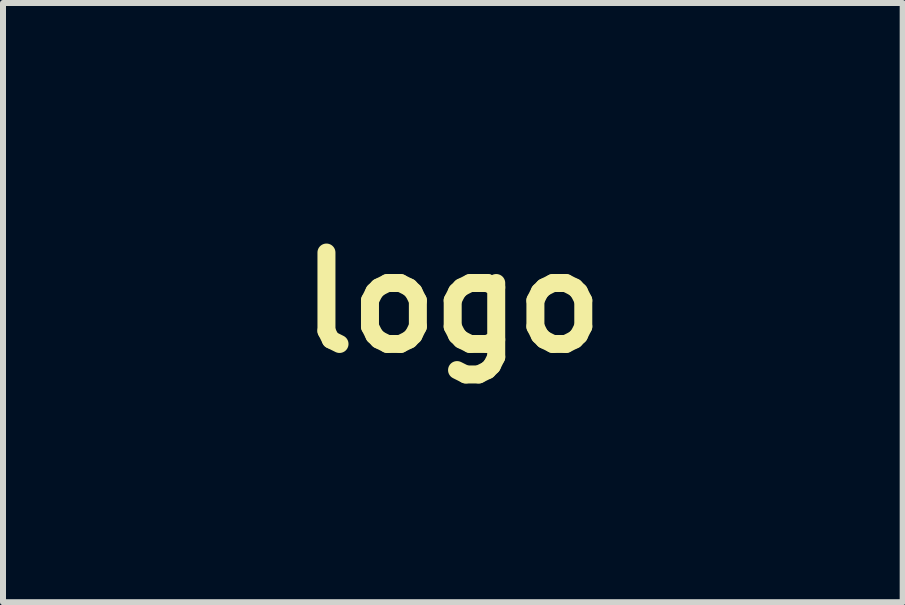
<source format=kicad_pcb>
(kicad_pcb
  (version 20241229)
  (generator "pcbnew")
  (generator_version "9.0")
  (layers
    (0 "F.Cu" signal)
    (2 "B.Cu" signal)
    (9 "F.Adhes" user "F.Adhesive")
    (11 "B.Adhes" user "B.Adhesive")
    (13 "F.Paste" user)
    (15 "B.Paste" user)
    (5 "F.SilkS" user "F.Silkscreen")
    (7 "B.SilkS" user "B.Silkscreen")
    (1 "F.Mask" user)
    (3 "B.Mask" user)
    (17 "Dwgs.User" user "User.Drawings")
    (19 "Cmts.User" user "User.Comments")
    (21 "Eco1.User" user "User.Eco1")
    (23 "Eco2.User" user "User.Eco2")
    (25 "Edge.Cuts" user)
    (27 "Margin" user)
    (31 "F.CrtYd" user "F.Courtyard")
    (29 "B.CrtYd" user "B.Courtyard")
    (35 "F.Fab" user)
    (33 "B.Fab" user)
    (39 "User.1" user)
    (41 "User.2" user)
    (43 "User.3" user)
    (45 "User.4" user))
  (footprint "logo"
    (layer "F.Cu")
    (at 4.497 1.995)
    (property "Reference" "logo" (at 0 0 0) (layer "F.SilkS") (effects (font (size 1.524 1.524) (thickness 0.3))))
    (attr board_only exclude_from_pos_files exclude_from_bom)
    (fp_poly (pts (xy -2.927 1.349) (xy -2.912 1.354) (xy -2.899 1.363) (xy -2.891 1.371) (xy -2.885 1.384) (xy -2.882 1.4) (xy -2.883 1.417) (xy -2.886 1.427) (xy -2.893 1.44) (xy -2.903 1.453) (xy -2.915 1.463) (xy -2.922 1.467) (xy -2.936 1.47) (xy -2.951 1.471) (xy -2.965 1.469) (xy -2.977 1.464) (xy -2.978 1.464) (xy -2.987 1.455) (xy -2.993 1.445) (xy -2.995 1.431) (xy -2.995 1.427) (xy -2.993 1.407) (xy -2.987 1.388) (xy -2.977 1.371) (xy -2.965 1.358) (xy -2.956 1.352) (xy -2.943 1.348)) (stroke (width 0) (type solid)) (fill yes) (layer "F.Mask"))
    (fp_poly (pts (xy -2.872 -1.446) (xy -2.861 -1.44) (xy -2.86 -1.44) (xy -2.851 -1.434) (xy -2.843 -1.427) (xy -2.837 -1.421) (xy -2.834 -1.416) (xy -2.834 -1.416) (xy -2.835 -1.413) (xy -2.839 -1.405) (xy -2.845 -1.395) (xy -2.851 -1.386) (xy -2.86 -1.372) (xy -2.871 -1.355) (xy -2.881 -1.337) (xy -2.889 -1.325) (xy -2.896 -1.312) (xy -2.903 -1.302) (xy -2.908 -1.295) (xy -2.911 -1.291) (xy -2.911 -1.291) (xy -2.915 -1.292) (xy -2.922 -1.294) (xy -2.923 -1.294) (xy -2.938 -1.3) (xy -2.947 -1.309) (xy -2.952 -1.321) (xy -2.952 -1.337) (xy -2.949 -1.346) (xy -2.944 -1.358) (xy -2.937 -1.374) (xy -2.927 -1.391) (xy -2.917 -1.408) (xy -2.907 -1.423) (xy -2.9 -1.432) (xy -2.89 -1.442) (xy -2.881 -1.446)) (stroke (width 0) (type solid)) (fill yes) (layer "F.Mask"))
    (fp_poly (pts (xy -3.517 -1.993) (xy -3.498 -1.987) (xy -3.481 -1.974) (xy -3.48 -1.973) (xy -3.469 -1.96) (xy -3.461 -1.946) (xy -3.456 -1.93) (xy -3.454 -1.911) (xy -3.455 -1.891) (xy -3.46 -1.867) (xy -3.468 -1.84) (xy -3.48 -1.809) (xy -3.494 -1.773) (xy -3.508 -1.744) (xy -3.526 -1.709) (xy -3.547 -1.67) (xy -3.572 -1.631) (xy -3.598 -1.591) (xy -3.626 -1.554) (xy -3.638 -1.538) (xy -3.652 -1.522) (xy -3.669 -1.502) (xy -3.69 -1.48) (xy -3.713 -1.457) (xy -3.737 -1.433) (xy -3.761 -1.41) (xy -3.785 -1.387) (xy -3.808 -1.366) (xy -3.83 -1.348) (xy -3.837 -1.342) (xy -3.87 -1.314) (xy -3.9 -1.29) (xy -3.925 -1.268) (xy -3.947 -1.25) (xy -3.964 -1.235) (xy -3.977 -1.223) (xy -3.985 -1.214) (xy -3.989 -1.21) (xy -3.993 -1.203) (xy -3.998 -1.191) (xy -4.006 -1.174) (xy -4.014 -1.153) (xy -4.023 -1.129) (xy -4.033 -1.103) (xy -4.044 -1.074) (xy -4.055 -1.045) (xy -4.066 -1.014) (xy -4.077 -0.983) (xy -4.087 -0.953) (xy -4.097 -0.924) (xy -4.107 -0.896) (xy -4.115 -0.871) (xy -4.122 -0.849) (xy -4.126 -0.836) (xy -4.139 -0.787) (xy -4.151 -0.738) (xy -4.162 -0.689) (xy -4.167 -0.669) (xy -4.17 -0.65) (xy -4.173 -0.634) (xy -4.175 -0.618) (xy -4.176 -0.6) (xy -4.177 -0.579) (xy -4.178 -0.567) (xy -4.179 -0.51) (xy -4.188 -0.508) (xy -4.208 -0.507) (xy -4.226 -0.509) (xy -4.239 -0.514) (xy -4.249 -0.521) (xy -4.256 -0.531) (xy -4.261 -0.545) (xy -4.264 -0.564) (xy -4.265 -0.584) (xy -4.265 -0.6) (xy -4.265 -0.615) (xy -4.264 -0.631) (xy -4.262 -0.648) (xy -4.26 -0.666) (xy -4.257 -0.685) (xy -4.252 -0.707) (xy -4.247 -0.73) (xy -4.24 -0.757) (xy -4.232 -0.787) (xy -4.223 -0.82) (xy -4.213 -0.857) (xy -4.2 -0.899) (xy -4.187 -0.946) (xy -4.171 -0.998) (xy -4.17 -1) (xy -4.161 -1.032) (xy -4.153 -1.058) (xy -4.147 -1.08) (xy -4.143 -1.096) (xy -4.14 -1.108) (xy -4.139 -1.116) (xy -4.14 -1.12) (xy -4.142 -1.12) (xy -4.146 -1.117) (xy -4.151 -1.111) (xy -4.154 -1.107) (xy -4.161 -1.098) (xy -4.171 -1.085) (xy -4.184 -1.07) (xy -4.198 -1.052) (xy -4.215 -1.032) (xy -4.233 -1.011) (xy -4.251 -0.989) (xy -4.27 -0.967) (xy -4.289 -0.945) (xy -4.307 -0.924) (xy -4.324 -0.904) (xy -4.339 -0.886) (xy -4.353 -0.871) (xy -4.363 -0.859) (xy -4.371 -0.85) (xy -4.375 -0.846) (xy -4.392 -0.835) (xy -4.41 -0.828) (xy -4.426 -0.826) (xy -4.443 -0.829) (xy -4.461 -0.835) (xy -4.478 -0.844) (xy -4.487 -0.853) (xy -4.497 -0.863) (xy -4.497 -0.9) (xy -4.497 -0.915) (xy -4.497 -0.927) (xy -4.496 -0.929) (xy -4.396 -0.929) (xy -4.396 -0.926) (xy -4.395 -0.927) (xy -4.392 -0.93) (xy -4.386 -0.937) (xy -4.378 -0.947) (xy -4.367 -0.96) (xy -4.356 -0.975) (xy -4.352 -0.979) (xy -4.317 -1.022) (xy -4.286 -1.061) (xy -4.258 -1.095) (xy -4.233 -1.126) (xy -4.212 -1.152) (xy -4.194 -1.175) (xy -4.18 -1.193) (xy -4.17 -1.207) (xy -4.163 -1.216) (xy -4.16 -1.221) (xy -4.16 -1.221) (xy -4.165 -1.221) (xy -4.173 -1.218) (xy -4.184 -1.213) (xy -4.197 -1.206) (xy -4.21 -1.199) (xy -4.221 -1.192) (xy -4.226 -1.189) (xy -4.262 -1.162) (xy -4.294 -1.13) (xy -4.323 -1.093) (xy -4.35 -1.051) (xy -4.364 -1.025) (xy -4.369 -1.014) (xy -4.374 -1.002) (xy -4.379 -0.988) (xy -4.384 -0.973) (xy -4.389 -0.959) (xy -4.392 -0.947) (xy -4.395 -0.936) (xy -4.396 -0.929) (xy -4.496 -0.929) (xy -4.495 -0.937) (xy -4.493 -0.947) (xy -4.489 -0.96) (xy -4.485 -0.973) (xy -4.469 -1.014) (xy -4.45 -1.054) (xy -4.429 -1.093) (xy -4.406 -1.129) (xy -4.38 -1.163) (xy -4.354 -1.194) (xy -4.327 -1.221) (xy -4.3 -1.244) (xy -4.272 -1.262) (xy -4.248 -1.273) (xy -4.222 -1.28) (xy -4.194 -1.282) (xy -4.165 -1.278) (xy -4.136 -1.268) (xy -4.126 -1.263) (xy -4.115 -1.258) (xy -4.104 -1.253) (xy -4.097 -1.25) (xy -4.086 -1.247) (xy -4.057 -1.314) (xy -4.024 -1.389) (xy -3.91 -1.389) (xy -3.91 -1.386) (xy -3.909 -1.386) (xy -3.905 -1.382) (xy -3.903 -1.381) (xy -3.9 -1.383) (xy -3.894 -1.389) (xy -3.884 -1.398) (xy -3.872 -1.41) (xy -3.857 -1.425) (xy -3.84 -1.441) (xy -3.821 -1.459) (xy -3.812 -1.468) (xy -3.781 -1.5) (xy -3.753 -1.528) (xy -3.729 -1.554) (xy -3.708 -1.577) (xy -3.689 -1.6) (xy -3.672 -1.622) (xy -3.656 -1.643) (xy -3.642 -1.662) (xy -3.618 -1.7) (xy -3.595 -1.738) (xy -3.575 -1.776) (xy -3.558 -1.812) (xy -3.543 -1.846) (xy -3.533 -1.877) (xy -3.529 -1.888) (xy -3.526 -1.902) (xy -3.524 -1.911) (xy -3.524 -1.916) (xy -3.525 -1.919) (xy -3.527 -1.922) (xy -3.527 -1.922) (xy -3.532 -1.925) (xy -3.534 -1.926) (xy -3.538 -1.924) (xy -3.545 -1.919) (xy -3.555 -1.911) (xy -3.567 -1.901) (xy -3.579 -1.89) (xy -3.592 -1.878) (xy -3.604 -1.867) (xy -3.609 -1.862) (xy -3.633 -1.838) (xy -3.656 -1.813) (xy -3.678 -1.787) (xy -3.7 -1.76) (xy -3.721 -1.731) (xy -3.743 -1.699) (xy -3.764 -1.665) (xy -3.787 -1.627) (xy -3.811 -1.586) (xy -3.836 -1.54) (xy -3.862 -1.489) (xy -3.877 -1.46) (xy -3.888 -1.438) (xy -3.897 -1.422) (xy -3.903 -1.409) (xy -3.907 -1.4) (xy -3.909 -1.393) (xy -3.91 -1.389) (xy -4.024 -1.389) (xy -4.017 -1.403) (xy -3.976 -1.487) (xy -3.935 -1.564) (xy -3.893 -1.636) (xy -3.85 -1.702) (xy -3.807 -1.762) (xy -3.762 -1.818) (xy -3.717 -1.868) (xy -3.699 -1.886) (xy -3.675 -1.909) (xy -3.655 -1.928) (xy -3.637 -1.943) (xy -3.622 -1.956) (xy -3.608 -1.966) (xy -3.596 -1.974) (xy -3.584 -1.98) (xy -3.584 -1.98) (xy -3.559 -1.99) (xy -3.537 -1.995)) (stroke (width 0) (type solid)) (fill yes) (layer "F.Mask"))
    (fp_poly (pts (xy -1.301 0.251) (xy -1.287 0.258) (xy -1.274 0.268) (xy -1.264 0.276) (xy -1.254 0.287) (xy -1.288 0.351) (xy -1.336 0.444) (xy -1.38 0.539) (xy -1.423 0.637) (xy -1.463 0.739) (xy -1.484 0.795) (xy -1.494 0.823) (xy -1.505 0.853) (xy -1.516 0.885) (xy -1.528 0.917) (xy -1.539 0.95) (xy -1.551 0.983) (xy -1.562 1.015) (xy -1.572 1.046) (xy -1.582 1.076) (xy -1.592 1.104) (xy -1.6 1.129) (xy -1.608 1.152) (xy -1.614 1.171) (xy -1.618 1.186) (xy -1.621 1.196) (xy -1.623 1.202) (xy -1.623 1.203) (xy -1.619 1.203) (xy -1.611 1.201) (xy -1.599 1.198) (xy -1.583 1.194) (xy -1.564 1.189) (xy -1.543 1.183) (xy -1.538 1.182) (xy -1.512 1.175) (xy -1.482 1.167) (xy -1.45 1.158) (xy -1.417 1.15) (xy -1.386 1.142) (xy -1.361 1.135) (xy -1.341 1.13) (xy -1.317 1.123) (xy -1.29 1.116) (xy -1.261 1.109) (xy -1.23 1.1) (xy -1.198 1.092) (xy -1.166 1.083) (xy -1.133 1.074) (xy -1.1 1.066) (xy -1.068 1.057) (xy -1.037 1.049) (xy -1.009 1.041) (xy -0.982 1.034) (xy -0.958 1.027) (xy -0.938 1.022) (xy -0.922 1.017) (xy -0.909 1.014) (xy -0.902 1.012) (xy -0.9 1.011) (xy -0.899 1.008) (xy -0.896 0.999) (xy -0.892 0.985) (xy -0.886 0.968) (xy -0.879 0.948) (xy -0.871 0.924) (xy -0.863 0.899) (xy -0.854 0.872) (xy -0.845 0.845) (xy -0.835 0.817) (xy -0.826 0.789) (xy -0.817 0.763) (xy -0.808 0.737) (xy -0.801 0.714) (xy -0.794 0.694) (xy -0.788 0.677) (xy -0.783 0.664) (xy -0.78 0.655) (xy -0.78 0.654) (xy -0.764 0.612) (xy -0.745 0.566) (xy -0.724 0.519) (xy -0.702 0.472) (xy -0.68 0.427) (xy -0.658 0.384) (xy -0.638 0.348) (xy -0.622 0.32) (xy -0.611 0.327) (xy -0.602 0.332) (xy -0.591 0.338) (xy -0.585 0.342) (xy -0.576 0.347) (xy -0.569 0.352) (xy -0.566 0.354) (xy -0.566 0.357) (xy -0.568 0.364) (xy -0.571 0.374) (xy -0.575 0.389) (xy -0.582 0.409) (xy -0.59 0.433) (xy -0.6 0.462) (xy -0.612 0.496) (xy -0.616 0.506) (xy -0.628 0.54) (xy -0.641 0.578) (xy -0.655 0.618) (xy -0.67 0.661) (xy -0.685 0.704) (xy -0.7 0.746) (xy -0.714 0.785) (xy -0.725 0.819) (xy -0.736 0.849) (xy -0.746 0.878) (xy -0.755 0.904) (xy -0.763 0.928) (xy -0.77 0.948) (xy -0.776 0.965) (xy -0.78 0.977) (xy -0.783 0.985) (xy -0.784 0.987) (xy -0.784 0.989) (xy -0.781 0.99) (xy -0.776 0.992) (xy -0.768 0.994) (xy -0.755 0.996) (xy -0.737 0.999) (xy -0.726 1.001) (xy -0.702 1.006) (xy -0.682 1.015) (xy -0.668 1.026) (xy -0.66 1.038) (xy -0.657 1.044) (xy -0.658 1.048) (xy -0.659 1.048) (xy -0.663 1.049) (xy -0.672 1.051) (xy -0.684 1.053) (xy -0.699 1.054) (xy -0.699 1.054) (xy -0.725 1.057) (xy -0.746 1.059) (xy -0.762 1.061) (xy -0.774 1.063) (xy -0.783 1.065) (xy -0.79 1.067) (xy -0.795 1.07) (xy -0.799 1.073) (xy -0.803 1.077) (xy -0.803 1.077) (xy -0.805 1.082) (xy -0.809 1.091) (xy -0.814 1.107) (xy -0.82 1.127) (xy -0.828 1.153) (xy -0.836 1.183) (xy -0.846 1.218) (xy -0.857 1.257) (xy -0.87 1.3) (xy -0.883 1.348) (xy -0.889 1.372) (xy -0.904 1.426) (xy -0.917 1.481) (xy -0.93 1.539) (xy -0.943 1.6) (xy -0.955 1.666) (xy -0.956 1.668) (xy -0.961 1.698) (xy -0.965 1.723) (xy -0.968 1.744) (xy -0.969 1.762) (xy -0.97 1.777) (xy -0.969 1.79) (xy -0.968 1.803) (xy -0.966 1.812) (xy -0.963 1.825) (xy -0.963 1.834) (xy -0.965 1.839) (xy -0.971 1.841) (xy -0.981 1.842) (xy -0.988 1.842) (xy -1.009 1.84) (xy -1.025 1.834) (xy -1.039 1.822) (xy -1.042 1.82) (xy -1.05 1.807) (xy -1.056 1.79) (xy -1.06 1.77) (xy -1.06 1.749) (xy -1.06 1.734) (xy -1.06 1.719) (xy -1.059 1.704) (xy -1.057 1.688) (xy -1.055 1.672) (xy -1.052 1.654) (xy -1.048 1.633) (xy -1.043 1.61) (xy -1.038 1.582) (xy -1.03 1.551) (xy -1.022 1.514) (xy -1.02 1.505) (xy -1.012 1.472) (xy -1.004 1.438) (xy -0.997 1.403) (xy -0.989 1.369) (xy -0.981 1.337) (xy -0.975 1.308) (xy -0.969 1.283) (xy -0.966 1.269) (xy -0.96 1.244) (xy -0.955 1.219) (xy -0.949 1.195) (xy -0.944 1.174) (xy -0.939 1.155) (xy -0.936 1.142) (xy -0.935 1.14) (xy -0.932 1.126) (xy -0.929 1.114) (xy -0.927 1.105) (xy -0.926 1.101) (xy -0.926 1.1) (xy -0.93 1.1) (xy -0.938 1.102) (xy -0.95 1.104) (xy -0.965 1.106) (xy -0.981 1.109) (xy -1.006 1.115) (xy -1.034 1.121) (xy -1.066 1.13) (xy -1.103 1.139) (xy -1.145 1.151) (xy -1.192 1.164) (xy -1.244 1.179) (xy -1.272 1.188) (xy -1.296 1.195) (xy -1.323 1.203) (xy -1.354 1.212) (xy -1.387 1.221) (xy -1.42 1.231) (xy -1.452 1.24) (xy -1.478 1.248) (xy -1.505 1.255) (xy -1.53 1.263) (xy -1.553 1.269) (xy -1.573 1.276) (xy -1.59 1.281) (xy -1.603 1.285) (xy -1.611 1.288) (xy -1.613 1.289) (xy -1.631 1.3) (xy -1.647 1.316) (xy -1.66 1.335) (xy -1.662 1.34) (xy -1.666 1.35) (xy -1.671 1.366) (xy -1.677 1.387) (xy -1.683 1.412) (xy -1.688 1.435) (xy -1.692 1.452) (xy -1.697 1.475) (xy -1.703 1.502) (xy -1.71 1.532) (xy -1.718 1.564) (xy -1.726 1.598) (xy -1.735 1.632) (xy -1.743 1.667) (xy -1.746 1.681) (xy -1.757 1.722) (xy -1.765 1.758) (xy -1.773 1.789) (xy -1.779 1.815) (xy -1.784 1.838) (xy -1.788 1.857) (xy -1.791 1.873) (xy -1.794 1.886) (xy -1.796 1.897) (xy -1.797 1.907) (xy -1.798 1.915) (xy -1.798 1.923) (xy -1.798 1.926) (xy -1.795 1.949) (xy -1.786 1.971) (xy -1.779 1.983) (xy -1.775 1.989) (xy -1.773 1.993) (xy -1.773 1.993) (xy -1.776 1.994) (xy -1.783 1.994) (xy -1.794 1.995) (xy -1.799 1.995) (xy -1.818 1.994) (xy -1.833 1.991) (xy -1.84 1.989) (xy -1.857 1.98) (xy -1.87 1.968) (xy -1.88 1.951) (xy -1.887 1.93) (xy -1.89 1.913) (xy -1.891 1.904) (xy -1.892 1.895) (xy -1.893 1.887) (xy -1.893 1.878) (xy -1.892 1.868) (xy -1.892 1.857) (xy -1.89 1.845) (xy -1.888 1.83) (xy -1.885 1.813) (xy -1.881 1.793) (xy -1.877 1.77) (xy -1.871 1.743) (xy -1.865 1.711) (xy -1.857 1.675) (xy -1.848 1.634) (xy -1.842 1.604) (xy -1.837 1.579) (xy -1.831 1.551) (xy -1.825 1.522) (xy -1.819 1.495) (xy -1.814 1.471) (xy -1.813 1.468) (xy -1.809 1.448) (xy -1.805 1.428) (xy -1.802 1.411) (xy -1.799 1.397) (xy -1.796 1.388) (xy -1.796 1.386) (xy -1.794 1.376) (xy -1.793 1.371) (xy -1.794 1.369) (xy -1.798 1.369) (xy -1.798 1.369) (xy -1.808 1.37) (xy -1.822 1.373) (xy -1.838 1.378) (xy -1.855 1.384) (xy -1.866 1.388) (xy -1.888 1.399) (xy -1.91 1.411) (xy -1.931 1.425) (xy -1.949 1.439) (xy -1.964 1.453) (xy -1.975 1.467) (xy -1.978 1.474) (xy -1.982 1.481) (xy -1.985 1.484) (xy -1.991 1.486) (xy -1.999 1.486) (xy -2.014 1.483) (xy -2.029 1.477) (xy -2.041 1.468) (xy -2.051 1.457) (xy -2.057 1.444) (xy -2.058 1.437) (xy -2.057 1.43) (xy -2.055 1.424) (xy -2.049 1.417) (xy -2.044 1.411) (xy -2.032 1.401) (xy -2.016 1.39) (xy -1.997 1.377) (xy -1.975 1.363) (xy -1.95 1.349) (xy -1.925 1.335) (xy -1.9 1.322) (xy -1.876 1.311) (xy -1.856 1.302) (xy -1.832 1.291) (xy -1.81 1.279) (xy -1.792 1.266) (xy -1.777 1.25) (xy -1.763 1.233) (xy -1.751 1.212) (xy -1.74 1.187) (xy -1.729 1.157) (xy -1.719 1.125) (xy -1.687 1.016) (xy -1.653 0.912) (xy -1.619 0.813) (xy -1.583 0.72) (xy -1.547 0.633) (xy -1.51 0.551) (xy -1.473 0.474) (xy -1.434 0.404) (xy -1.395 0.339) (xy -1.38 0.316) (xy -1.366 0.295) (xy -1.354 0.279) (xy -1.344 0.267) (xy -1.336 0.258) (xy -1.329 0.253) (xy -1.321 0.25) (xy -1.314 0.249) (xy -1.312 0.249)) (stroke (width 0) (type solid)) (fill yes) (layer "F.Mask"))
    (fp_poly (pts (xy -3.679 0.251) (xy -3.666 0.257) (xy -3.652 0.267) (xy -3.643 0.276) (xy -3.633 0.287) (xy -3.665 0.348) (xy -3.721 0.458) (xy -3.773 0.572) (xy -3.822 0.688) (xy -3.848 0.755) (xy -3.857 0.78) (xy -3.867 0.808) (xy -3.878 0.838) (xy -3.889 0.87) (xy -3.901 0.902) (xy -3.912 0.935) (xy -3.924 0.969) (xy -3.935 1.001) (xy -3.946 1.033) (xy -3.957 1.064) (xy -3.966 1.093) (xy -3.975 1.12) (xy -3.983 1.143) (xy -3.99 1.164) (xy -3.995 1.18) (xy -3.999 1.193) (xy -4.001 1.2) (xy -4.001 1.203) (xy -3.998 1.202) (xy -3.99 1.201) (xy -3.977 1.197) (xy -3.959 1.193) (xy -3.939 1.188) (xy -3.915 1.182) (xy -3.889 1.175) (xy -3.861 1.168) (xy -3.858 1.167) (xy -3.803 1.152) (xy -3.749 1.138) (xy -3.696 1.124) (xy -3.646 1.11) (xy -3.597 1.097) (xy -3.551 1.085) (xy -3.507 1.073) (xy -3.466 1.062) (xy -3.429 1.052) (xy -3.395 1.043) (xy -3.364 1.035) (xy -3.338 1.028) (xy -3.316 1.022) (xy -3.299 1.017) (xy -3.287 1.014) (xy -3.28 1.012) (xy -3.278 1.012) (xy -3.277 1.007) (xy -3.274 0.997) (xy -3.269 0.982) (xy -3.263 0.964) (xy -3.256 0.942) (xy -3.248 0.918) (xy -3.239 0.892) (xy -3.23 0.865) (xy -3.22 0.837) (xy -3.211 0.809) (xy -3.202 0.781) (xy -3.193 0.755) (xy -3.184 0.73) (xy -3.176 0.707) (xy -3.17 0.688) (xy -3.164 0.672) (xy -3.16 0.66) (xy -3.158 0.654) (xy -3.142 0.612) (xy -3.123 0.566) (xy -3.102 0.519) (xy -3.081 0.472) (xy -3.058 0.427) (xy -3.036 0.384) (xy -3.016 0.348) (xy -3.001 0.32) (xy -2.99 0.327) (xy -2.981 0.332) (xy -2.97 0.338) (xy -2.963 0.342) (xy -2.954 0.347) (xy -2.948 0.352) (xy -2.945 0.354) (xy -2.945 0.357) (xy -2.946 0.365) (xy -2.95 0.376) (xy -2.955 0.392) (xy -2.961 0.413) (xy -2.97 0.438) (xy -2.981 0.469) (xy -2.988 0.49) (xy -2.995 0.51) (xy -3.003 0.533) (xy -3.013 0.559) (xy -3.023 0.588) (xy -3.033 0.618) (xy -3.045 0.65) (xy -3.056 0.683) (xy -3.068 0.717) (xy -3.08 0.751) (xy -3.091 0.784) (xy -3.103 0.816) (xy -3.114 0.848) (xy -3.124 0.877) (xy -3.133 0.904) (xy -3.142 0.928) (xy -3.149 0.949) (xy -3.155 0.966) (xy -3.159 0.979) (xy -3.162 0.987) (xy -3.163 0.99) (xy -3.163 0.99) (xy -3.16 0.991) (xy -3.152 0.993) (xy -3.14 0.995) (xy -3.124 0.997) (xy -3.106 1) (xy -3.105 1.001) (xy -3.08 1.006) (xy -3.061 1.015) (xy -3.046 1.026) (xy -3.038 1.038) (xy -3.035 1.044) (xy -3.037 1.048) (xy -3.037 1.048) (xy -3.041 1.049) (xy -3.05 1.051) (xy -3.063 1.053) (xy -3.077 1.054) (xy -3.077 1.054) (xy -3.103 1.057) (xy -3.124 1.059) (xy -3.14 1.061) (xy -3.152 1.063) (xy -3.162 1.065) (xy -3.168 1.067) (xy -3.174 1.07) (xy -3.178 1.073) (xy -3.181 1.077) (xy -3.182 1.077) (xy -3.183 1.08) (xy -3.185 1.085) (xy -3.188 1.093) (xy -3.191 1.103) (xy -3.196 1.118) (xy -3.201 1.136) (xy -3.208 1.158) (xy -3.215 1.184) (xy -3.224 1.215) (xy -3.234 1.251) (xy -3.246 1.293) (xy -3.254 1.322) (xy -3.268 1.372) (xy -3.28 1.418) (xy -3.29 1.46) (xy -3.3 1.501) (xy -3.309 1.541) (xy -3.318 1.583) (xy -3.326 1.626) (xy -3.332 1.659) (xy -3.338 1.69) (xy -3.342 1.716) (xy -3.345 1.737) (xy -3.347 1.755) (xy -3.348 1.77) (xy -3.348 1.784) (xy -3.347 1.796) (xy -3.345 1.808) (xy -3.344 1.812) (xy -3.342 1.825) (xy -3.341 1.834) (xy -3.343 1.839) (xy -3.349 1.841) (xy -3.36 1.842) (xy -3.367 1.842) (xy -3.387 1.84) (xy -3.404 1.834) (xy -3.418 1.822) (xy -3.42 1.82) (xy -3.429 1.807) (xy -3.435 1.79) (xy -3.438 1.77) (xy -3.439 1.749) (xy -3.438 1.734) (xy -3.438 1.719) (xy -3.437 1.704) (xy -3.436 1.688) (xy -3.433 1.672) (xy -3.43 1.654) (xy -3.427 1.633) (xy -3.422 1.61) (xy -3.416 1.583) (xy -3.409 1.551) (xy -3.4 1.514) (xy -3.398 1.505) (xy -3.391 1.472) (xy -3.383 1.438) (xy -3.375 1.403) (xy -3.367 1.369) (xy -3.36 1.337) (xy -3.353 1.308) (xy -3.347 1.283) (xy -3.344 1.269) (xy -3.339 1.244) (xy -3.333 1.219) (xy -3.327 1.195) (xy -3.322 1.174) (xy -3.318 1.155) (xy -3.314 1.142) (xy -3.314 1.14) (xy -3.31 1.126) (xy -3.307 1.114) (xy -3.305 1.105) (xy -3.304 1.101) (xy -3.305 1.1) (xy -3.308 1.1) (xy -3.316 1.102) (xy -3.328 1.104) (xy -3.344 1.106) (xy -3.36 1.109) (xy -3.384 1.115) (xy -3.412 1.121) (xy -3.445 1.13) (xy -3.482 1.139) (xy -3.523 1.151) (xy -3.57 1.164) (xy -3.622 1.179) (xy -3.651 1.188) (xy -3.674 1.195) (xy -3.702 1.203) (xy -3.733 1.212) (xy -3.765 1.221) (xy -3.798 1.231) (xy -3.83 1.24) (xy -3.856 1.248) (xy -3.883 1.255) (xy -3.908 1.263) (xy -3.931 1.269) (xy -3.951 1.276) (xy -3.968 1.281) (xy -3.981 1.285) (xy -3.989 1.288) (xy -3.991 1.289) (xy -4.009 1.3) (xy -4.026 1.316) (xy -4.039 1.335) (xy -4.041 1.34) (xy -4.045 1.35) (xy -4.049 1.366) (xy -4.055 1.387) (xy -4.061 1.412) (xy -4.066 1.435) (xy -4.07 1.452) (xy -4.075 1.475) (xy -4.082 1.502) (xy -4.089 1.532) (xy -4.096 1.564) (xy -4.104 1.598) (xy -4.113 1.632) (xy -4.121 1.667) (xy -4.125 1.681) (xy -4.135 1.725) (xy -4.145 1.763) (xy -4.153 1.797) (xy -4.159 1.825) (xy -4.165 1.85) (xy -4.169 1.871) (xy -4.173 1.889) (xy -4.175 1.903) (xy -4.176 1.916) (xy -4.177 1.926) (xy -4.176 1.935) (xy -4.175 1.943) (xy -4.174 1.95) (xy -4.171 1.957) (xy -4.168 1.964) (xy -4.168 1.964) (xy -4.163 1.974) (xy -4.159 1.982) (xy -4.156 1.986) (xy -4.152 1.99) (xy -4.153 1.993) (xy -4.158 1.994) (xy -4.169 1.995) (xy -4.178 1.995) (xy -4.197 1.994) (xy -4.211 1.991) (xy -4.219 1.989) (xy -4.236 1.979) (xy -4.25 1.966) (xy -4.26 1.948) (xy -4.266 1.925) (xy -4.268 1.913) (xy -4.269 1.904) (xy -4.27 1.895) (xy -4.271 1.887) (xy -4.271 1.878) (xy -4.271 1.868) (xy -4.27 1.857) (xy -4.268 1.844) (xy -4.266 1.83) (xy -4.263 1.813) (xy -4.26 1.793) (xy -4.255 1.769) (xy -4.249 1.742) (xy -4.243 1.71) (xy -4.235 1.674) (xy -4.226 1.633) (xy -4.22 1.604) (xy -4.215 1.579) (xy -4.209 1.551) (xy -4.203 1.522) (xy -4.197 1.495) (xy -4.192 1.471) (xy -4.192 1.468) (xy -4.188 1.448) (xy -4.184 1.428) (xy -4.18 1.411) (xy -4.177 1.397) (xy -4.175 1.388) (xy -4.174 1.386) (xy -4.172 1.376) (xy -4.171 1.371) (xy -4.173 1.369) (xy -4.176 1.369) (xy -4.177 1.369) (xy -4.186 1.37) (xy -4.2 1.373) (xy -4.216 1.378) (xy -4.234 1.384) (xy -4.244 1.388) (xy -4.266 1.399) (xy -4.288 1.411) (xy -4.309 1.425) (xy -4.327 1.439) (xy -4.342 1.453) (xy -4.353 1.467) (xy -4.357 1.474) (xy -4.36 1.481) (xy -4.364 1.484) (xy -4.369 1.486) (xy -4.377 1.486) (xy -4.392 1.483) (xy -4.407 1.477) (xy -4.42 1.468) (xy -4.429 1.457) (xy -4.435 1.444) (xy -4.436 1.437) (xy -4.435 1.43) (xy -4.433 1.424) (xy -4.427 1.417) (xy -4.422 1.411) (xy -4.411 1.402) (xy -4.395 1.39) (xy -4.375 1.377) (xy -4.353 1.363) (xy -4.329 1.349) (xy -4.304 1.335) (xy -4.279 1.322) (xy -4.254 1.31) (xy -4.234 1.302) (xy -4.21 1.291) (xy -4.19 1.28) (xy -4.174 1.268) (xy -4.16 1.255) (xy -4.154 1.25) (xy -4.144 1.238) (xy -4.136 1.224) (xy -4.127 1.208) (xy -4.119 1.188) (xy -4.11 1.164) (xy -4.101 1.136) (xy -4.098 1.124) (xy -4.073 1.043) (xy -4.05 0.967) (xy -4.026 0.896) (xy -4.002 0.828) (xy -3.979 0.764) (xy -3.955 0.703) (xy -3.93 0.643) (xy -3.904 0.585) (xy -3.877 0.527) (xy -3.862 0.497) (xy -3.842 0.458) (xy -3.823 0.423) (xy -3.804 0.389) (xy -3.784 0.356) (xy -3.762 0.321) (xy -3.753 0.308) (xy -3.739 0.288) (xy -3.727 0.273) (xy -3.718 0.262) (xy -3.709 0.255) (xy -3.701 0.25) (xy -3.693 0.249) (xy -3.69 0.249)) (stroke (width 0) (type solid)) (fill yes) (layer "F.Mask"))
    (fp_poly (pts (xy 0.816 -1.967) (xy 0.828 -1.958) (xy 0.833 -1.954) (xy 0.841 -1.945) (xy 0.846 -1.939) (xy 0.849 -1.933) (xy 0.85 -1.928) (xy 0.847 -1.921) (xy 0.842 -1.911) (xy 0.833 -1.899) (xy 0.826 -1.887) (xy 0.8 -1.848) (xy 0.775 -1.806) (xy 0.75 -1.761) (xy 0.724 -1.713) (xy 0.698 -1.661) (xy 0.672 -1.606) (xy 0.645 -1.546) (xy 0.617 -1.481) (xy 0.588 -1.412) (xy 0.558 -1.337) (xy 0.543 -1.3) (xy 0.534 -1.277) (xy 0.527 -1.259) (xy 0.523 -1.245) (xy 0.52 -1.236) (xy 0.519 -1.23) (xy 0.519 -1.226) (xy 0.521 -1.226) (xy 0.523 -1.226) (xy 0.526 -1.228) (xy 0.534 -1.233) (xy 0.545 -1.241) (xy 0.558 -1.251) (xy 0.573 -1.261) (xy 0.577 -1.264) (xy 0.607 -1.286) (xy 0.632 -1.303) (xy 0.655 -1.317) (xy 0.675 -1.329) (xy 0.693 -1.337) (xy 0.71 -1.343) (xy 0.726 -1.347) (xy 0.742 -1.35) (xy 0.749 -1.35) (xy 0.781 -1.35) (xy 0.81 -1.344) (xy 0.836 -1.334) (xy 0.858 -1.32) (xy 0.876 -1.301) (xy 0.89 -1.277) (xy 0.89 -1.277) (xy 0.895 -1.268) (xy 0.897 -1.26) (xy 0.899 -1.252) (xy 0.9 -1.243) (xy 0.9 -1.23) (xy 0.9 -1.222) (xy 0.9 -1.209) (xy 0.899 -1.198) (xy 0.898 -1.189) (xy 0.896 -1.18) (xy 0.893 -1.168) (xy 0.889 -1.154) (xy 0.885 -1.142) (xy 0.869 -1.096) (xy 0.912 -1.096) (xy 0.93 -1.096) (xy 0.948 -1.096) (xy 0.964 -1.095) (xy 0.977 -1.094) (xy 0.978 -1.094) (xy 1.002 -1.092) (xy 1.015 -1.122) (xy 1.022 -1.139) (xy 1.033 -1.16) (xy 1.044 -1.183) (xy 1.057 -1.207) (xy 1.07 -1.23) (xy 1.083 -1.252) (xy 1.094 -1.271) (xy 1.094 -1.272) (xy 1.107 -1.292) (xy 1.119 -1.306) (xy 1.13 -1.316) (xy 1.141 -1.321) (xy 1.152 -1.322) (xy 1.158 -1.32) (xy 1.167 -1.316) (xy 1.176 -1.309) (xy 1.185 -1.3) (xy 1.192 -1.29) (xy 1.196 -1.28) (xy 1.197 -1.272) (xy 1.196 -1.27) (xy 1.193 -1.267) (xy 1.186 -1.261) (xy 1.179 -1.257) (xy 1.174 -1.253) (xy 1.169 -1.249) (xy 1.165 -1.245) (xy 1.161 -1.239) (xy 1.157 -1.231) (xy 1.151 -1.219) (xy 1.143 -1.203) (xy 1.137 -1.191) (xy 1.124 -1.162) (xy 1.111 -1.134) (xy 1.099 -1.107) (xy 1.088 -1.082) (xy 1.079 -1.059) (xy 1.071 -1.041) (xy 1.066 -1.027) (xy 1.062 -1.013) (xy 1.059 -0.998) (xy 1.058 -0.984) (xy 1.058 -0.972) (xy 1.059 -0.964) (xy 1.06 -0.963) (xy 1.067 -0.959) (xy 1.078 -0.96) (xy 1.09 -0.964) (xy 1.095 -0.967) (xy 1.103 -0.974) (xy 1.116 -0.983) (xy 1.133 -0.995) (xy 1.152 -1.01) (xy 1.175 -1.027) (xy 1.2 -1.046) (xy 1.227 -1.067) (xy 1.256 -1.089) (xy 1.287 -1.113) (xy 1.318 -1.137) (xy 1.351 -1.162) (xy 1.383 -1.187) (xy 1.415 -1.212) (xy 1.447 -1.237) (xy 1.471 -1.255) (xy 1.49 -1.271) (xy 1.509 -1.285) (xy 1.525 -1.298) (xy 1.54 -1.309) (xy 1.551 -1.317) (xy 1.558 -1.323) (xy 1.561 -1.325) (xy 1.572 -1.329) (xy 1.586 -1.33) (xy 1.601 -1.326) (xy 1.614 -1.32) (xy 1.615 -1.319) (xy 1.629 -1.307) (xy 1.638 -1.293) (xy 1.641 -1.278) (xy 1.64 -1.26) (xy 1.638 -1.254) (xy 1.63 -1.226) (xy 1.62 -1.192) (xy 1.607 -1.154) (xy 1.593 -1.111) (xy 1.585 -1.088) (xy 1.577 -1.064) (xy 1.569 -1.041) (xy 1.563 -1.02) (xy 1.557 -1) (xy 1.552 -0.984) (xy 1.549 -0.971) (xy 1.547 -0.963) (xy 1.547 -0.959) (xy 1.547 -0.959) (xy 1.55 -0.96) (xy 1.558 -0.962) (xy 1.569 -0.967) (xy 1.584 -0.973) (xy 1.601 -0.979) (xy 1.619 -0.987) (xy 1.637 -0.994) (xy 1.656 -1.002) (xy 1.673 -1.009) (xy 1.688 -1.016) (xy 1.7 -1.021) (xy 1.709 -1.025) (xy 1.718 -1.03) (xy 1.731 -1.037) (xy 1.746 -1.046) (xy 1.761 -1.055) (xy 1.762 -1.055) (xy 1.778 -1.064) (xy 1.79 -1.071) (xy 1.799 -1.074) (xy 1.806 -1.076) (xy 1.81 -1.077) (xy 1.818 -1.076) (xy 1.823 -1.074) (xy 1.826 -1.069) (xy 1.829 -1.063) (xy 1.833 -1.055) (xy 1.836 -1.048) (xy 1.836 -1.045) (xy 1.833 -1.041) (xy 1.826 -1.035) (xy 1.814 -1.026) (xy 1.798 -1.017) (xy 1.779 -1.006) (xy 1.757 -0.994) (xy 1.733 -0.982) (xy 1.707 -0.97) (xy 1.68 -0.958) (xy 1.676 -0.956) (xy 1.646 -0.943) (xy 1.622 -0.932) (xy 1.601 -0.923) (xy 1.585 -0.916) (xy 1.573 -0.91) (xy 1.563 -0.905) (xy 1.555 -0.901) (xy 1.549 -0.897) (xy 1.544 -0.894) (xy 1.54 -0.891) (xy 1.537 -0.887) (xy 1.536 -0.887) (xy 1.533 -0.883) (xy 1.53 -0.88) (xy 1.527 -0.877) (xy 1.524 -0.872) (xy 1.521 -0.867) (xy 1.518 -0.86) (xy 1.513 -0.85) (xy 1.508 -0.837) (xy 1.502 -0.821) (xy 1.494 -0.802) (xy 1.485 -0.777) (xy 1.474 -0.748) (xy 1.471 -0.741) (xy 1.462 -0.717) (xy 1.453 -0.694) (xy 1.444 -0.672) (xy 1.436 -0.652) (xy 1.429 -0.635) (xy 1.424 -0.623) (xy 1.423 -0.619) (xy 1.397 -0.563) (xy 1.369 -0.511) (xy 1.338 -0.463) (xy 1.305 -0.42) (xy 1.269 -0.381) (xy 1.265 -0.377) (xy 1.232 -0.348) (xy 1.198 -0.324) (xy 1.164 -0.306) (xy 1.13 -0.294) (xy 1.123 -0.292) (xy 1.105 -0.289) (xy 1.083 -0.288) (xy 1.06 -0.288) (xy 1.038 -0.29) (xy 1.02 -0.293) (xy 1.017 -0.293) (xy 0.988 -0.303) (xy 0.958 -0.316) (xy 0.931 -0.331) (xy 0.905 -0.348) (xy 0.884 -0.366) (xy 0.869 -0.382) (xy 0.854 -0.405) (xy 0.844 -0.429) (xy 0.844 -0.435) (xy 0.915 -0.435) (xy 0.915 -0.418) (xy 0.92 -0.403) (xy 0.93 -0.388) (xy 0.934 -0.383) (xy 0.956 -0.366) (xy 0.98 -0.353) (xy 1.007 -0.345) (xy 1.036 -0.342) (xy 1.064 -0.344) (xy 1.074 -0.346) (xy 1.105 -0.356) (xy 1.136 -0.372) (xy 1.166 -0.394) (xy 1.197 -0.422) (xy 1.227 -0.455) (xy 1.257 -0.493) (xy 1.287 -0.537) (xy 1.292 -0.547) (xy 1.31 -0.576) (xy 1.327 -0.608) (xy 1.344 -0.642) (xy 1.36 -0.677) (xy 1.375 -0.711) (xy 1.388 -0.743) (xy 1.399 -0.773) (xy 1.408 -0.799) (xy 1.41 -0.809) (xy 1.414 -0.824) (xy 1.417 -0.837) (xy 1.42 -0.847) (xy 1.422 -0.853) (xy 1.422 -0.853) (xy 1.422 -0.856) (xy 1.421 -0.857) (xy 1.417 -0.856) (xy 1.411 -0.854) (xy 1.401 -0.849) (xy 1.387 -0.842) (xy 1.378 -0.837) (xy 1.316 -0.803) (xy 1.258 -0.77) (xy 1.203 -0.735) (xy 1.152 -0.701) (xy 1.106 -0.668) (xy 1.098 -0.661) (xy 1.078 -0.645) (xy 1.057 -0.627) (xy 1.036 -0.607) (xy 1.015 -0.587) (xy 0.995 -0.567) (xy 0.978 -0.549) (xy 0.964 -0.533) (xy 0.96 -0.528) (xy 0.95 -0.514) (xy 0.94 -0.498) (xy 0.931 -0.483) (xy 0.929 -0.477) (xy 0.919 -0.455) (xy 0.915 -0.435) (xy 0.844 -0.435) (xy 0.841 -0.453) (xy 0.844 -0.478) (xy 0.852 -0.503) (xy 0.857 -0.512) (xy 0.868 -0.529) (xy 0.883 -0.549) (xy 0.901 -0.571) (xy 0.922 -0.593) (xy 0.944 -0.616) (xy 0.968 -0.639) (xy 0.991 -0.66) (xy 1.009 -0.675) (xy 1.036 -0.696) (xy 1.063 -0.716) (xy 1.09 -0.734) (xy 1.117 -0.753) (xy 1.147 -0.771) (xy 1.178 -0.789) (xy 1.212 -0.809) (xy 1.25 -0.829) (xy 1.292 -0.851) (xy 1.338 -0.874) (xy 1.341 -0.876) (xy 1.37 -0.89) (xy 1.394 -0.902) (xy 1.413 -0.913) (xy 1.43 -0.923) (xy 1.442 -0.932) (xy 1.453 -0.941) (xy 1.461 -0.951) (xy 1.468 -0.963) (xy 1.473 -0.976) (xy 1.479 -0.991) (xy 1.484 -1.009) (xy 1.49 -1.03) (xy 1.496 -1.052) (xy 1.503 -1.076) (xy 1.511 -1.1) (xy 1.518 -1.122) (xy 1.52 -1.127) (xy 1.526 -1.146) (xy 1.532 -1.164) (xy 1.537 -1.181) (xy 1.54 -1.195) (xy 1.543 -1.207) (xy 1.543 -1.214) (xy 1.542 -1.217) (xy 1.541 -1.217) (xy 1.538 -1.214) (xy 1.531 -1.208) (xy 1.521 -1.2) (xy 1.508 -1.19) (xy 1.494 -1.179) (xy 1.493 -1.178) (xy 1.48 -1.169) (xy 1.464 -1.156) (xy 1.444 -1.141) (xy 1.422 -1.124) (xy 1.399 -1.106) (xy 1.375 -1.087) (xy 1.351 -1.069) (xy 1.345 -1.065) (xy 1.322 -1.047) (xy 1.298 -1.029) (xy 1.275 -1.012) (xy 1.253 -0.995) (xy 1.234 -0.981) (xy 1.218 -0.968) (xy 1.205 -0.959) (xy 1.202 -0.957) (xy 1.184 -0.943) (xy 1.164 -0.93) (xy 1.144 -0.917) (xy 1.124 -0.905) (xy 1.105 -0.894) (xy 1.089 -0.885) (xy 1.075 -0.88) (xy 1.069 -0.878) (xy 1.05 -0.875) (xy 1.029 -0.879) (xy 1.017 -0.883) (xy 1.005 -0.89) (xy 0.993 -0.9) (xy 0.982 -0.912) (xy 0.974 -0.923) (xy 0.971 -0.93) (xy 0.968 -0.949) (xy 0.968 -0.972) (xy 0.972 -0.996) (xy 0.975 -1.008) (xy 0.978 -1.02) (xy 0.981 -1.03) (xy 0.982 -1.036) (xy 0.982 -1.037) (xy 0.98 -1.038) (xy 0.972 -1.039) (xy 0.961 -1.039) (xy 0.947 -1.039) (xy 0.931 -1.039) (xy 0.915 -1.038) (xy 0.9 -1.037) (xy 0.887 -1.036) (xy 0.883 -1.035) (xy 0.851 -1.029) (xy 0.822 -1.02) (xy 0.797 -1.007) (xy 0.773 -0.991) (xy 0.758 -0.979) (xy 0.729 -0.954) (xy 0.699 -0.935) (xy 0.671 -0.92) (xy 0.67 -0.92) (xy 0.648 -0.912) (xy 0.622 -0.906) (xy 0.592 -0.9) (xy 0.56 -0.896) (xy 0.528 -0.893) (xy 0.497 -0.891) (xy 0.467 -0.891) (xy 0.451 -0.892) (xy 0.437 -0.894) (xy 0.424 -0.895) (xy 0.415 -0.895) (xy 0.412 -0.896) (xy 0.409 -0.895) (xy 0.406 -0.892) (xy 0.402 -0.887) (xy 0.398 -0.88) (xy 0.393 -0.869) (xy 0.388 -0.854) (xy 0.381 -0.834) (xy 0.372 -0.81) (xy 0.365 -0.79) (xy 0.355 -0.761) (xy 0.345 -0.733) (xy 0.335 -0.705) (xy 0.325 -0.68) (xy 0.316 -0.657) (xy 0.308 -0.637) (xy 0.301 -0.622) (xy 0.296 -0.61) (xy 0.293 -0.605) (xy 0.283 -0.596) (xy 0.276 -0.593) (xy 0.266 -0.592) (xy 0.253 -0.592) (xy 0.238 -0.594) (xy 0.225 -0.596) (xy 0.215 -0.599) (xy 0.213 -0.6) (xy 0.205 -0.605) (xy 0.2 -0.61) (xy 0.196 -0.617) (xy 0.194 -0.625) (xy 0.194 -0.636) (xy 0.196 -0.65) (xy 0.2 -0.668) (xy 0.206 -0.689) (xy 0.214 -0.716) (xy 0.218 -0.728) (xy 0.226 -0.752) (xy 0.235 -0.777) (xy 0.244 -0.802) (xy 0.253 -0.826) (xy 0.26 -0.846) (xy 0.263 -0.853) (xy 0.274 -0.879) (xy 0.282 -0.902) (xy 0.288 -0.92) (xy 0.292 -0.936) (xy 0.293 -0.949) (xy 0.424 -0.949) (xy 0.473 -0.95) (xy 0.498 -0.951) (xy 0.518 -0.953) (xy 0.535 -0.955) (xy 0.548 -0.958) (xy 0.561 -0.962) (xy 0.576 -0.968) (xy 0.593 -0.975) (xy 0.611 -0.983) (xy 0.627 -0.991) (xy 0.641 -0.998) (xy 0.651 -1.005) (xy 0.653 -1.006) (xy 0.66 -1.013) (xy 0.628 -1.011) (xy 0.591 -1.008) (xy 0.557 -1.003) (xy 0.525 -0.997) (xy 0.496 -0.99) (xy 0.471 -0.981) (xy 0.451 -0.971) (xy 0.436 -0.961) (xy 0.431 -0.956) (xy 0.424 -0.949) (xy 0.293 -0.949) (xy 0.293 -0.951) (xy 0.293 -0.964) (xy 0.292 -0.978) (xy 0.289 -0.99) (xy 0.286 -1.001) (xy 0.285 -1.008) (xy 0.286 -1.011) (xy 0.288 -1.012) (xy 0.292 -1.012) (xy 0.305 -1.015) (xy 0.317 -1.022) (xy 0.325 -1.031) (xy 0.325 -1.032) (xy 0.327 -1.038) (xy 0.331 -1.048) (xy 0.333 -1.052) (xy 0.502 -1.052) (xy 0.502 -1.051) (xy 0.506 -1.052) (xy 0.514 -1.053) (xy 0.527 -1.055) (xy 0.543 -1.057) (xy 0.561 -1.06) (xy 0.566 -1.06) (xy 0.587 -1.063) (xy 0.61 -1.066) (xy 0.632 -1.069) (xy 0.652 -1.071) (xy 0.666 -1.072) (xy 0.689 -1.074) (xy 0.708 -1.077) (xy 0.723 -1.081) (xy 0.735 -1.086) (xy 0.746 -1.093) (xy 0.757 -1.102) (xy 0.76 -1.106) (xy 0.769 -1.117) (xy 0.779 -1.132) (xy 0.789 -1.151) (xy 0.799 -1.172) (xy 0.808 -1.194) (xy 0.816 -1.215) (xy 0.822 -1.235) (xy 0.825 -1.251) (xy 0.826 -1.253) (xy 0.828 -1.27) (xy 0.814 -1.283) (xy 0.806 -1.291) (xy 0.8 -1.295) (xy 0.793 -1.297) (xy 0.787 -1.297) (xy 0.774 -1.295) (xy 0.756 -1.289) (xy 0.735 -1.279) (xy 0.711 -1.266) (xy 0.71 -1.265) (xy 0.666 -1.236) (xy 0.624 -1.201) (xy 0.583 -1.16) (xy 0.555 -1.127) (xy 0.544 -1.113) (xy 0.533 -1.098) (xy 0.523 -1.085) (xy 0.514 -1.072) (xy 0.508 -1.062) (xy 0.503 -1.055) (xy 0.502 -1.052) (xy 0.333 -1.052) (xy 0.337 -1.062) (xy 0.343 -1.079) (xy 0.351 -1.099) (xy 0.358 -1.12) (xy 0.394 -1.213) (xy 0.428 -1.301) (xy 0.463 -1.385) (xy 0.498 -1.464) (xy 0.533 -1.54) (xy 0.569 -1.614) (xy 0.582 -1.64) (xy 0.607 -1.688) (xy 0.632 -1.733) (xy 0.655 -1.775) (xy 0.678 -1.814) (xy 0.7 -1.85) (xy 0.72 -1.881) (xy 0.738 -1.908) (xy 0.755 -1.931) (xy 0.77 -1.948) (xy 0.778 -1.956) (xy 0.791 -1.966) (xy 0.803 -1.969)) (stroke (width 0) (type solid)) (fill yes) (layer "F.Mask"))
    (fp_poly (pts (xy -0.014 -1.99) (xy -0.012 -1.989) (xy 0.008 -1.976) (xy 0.022 -1.961) (xy 0.031 -1.943) (xy 0.035 -1.921) (xy 0.036 -1.909) (xy 0.035 -1.892) (xy 0.033 -1.874) (xy 0.028 -1.856) (xy 0.021 -1.835) (xy 0.013 -1.812) (xy -0.017 -1.745) (xy -0.051 -1.679) (xy -0.09 -1.616) (xy -0.134 -1.555) (xy -0.184 -1.496) (xy -0.239 -1.438) (xy -0.3 -1.381) (xy -0.337 -1.349) (xy -0.364 -1.327) (xy -0.387 -1.308) (xy -0.406 -1.292) (xy -0.422 -1.279) (xy -0.435 -1.268) (xy -0.446 -1.259) (xy -0.454 -1.251) (xy -0.461 -1.245) (xy -0.467 -1.24) (xy -0.472 -1.236) (xy -0.477 -1.231) (xy -0.479 -1.23) (xy -0.488 -1.22) (xy -0.496 -1.211) (xy -0.502 -1.203) (xy -0.503 -1.201) (xy -0.506 -1.194) (xy -0.512 -1.182) (xy -0.518 -1.165) (xy -0.526 -1.145) (xy -0.535 -1.122) (xy -0.544 -1.097) (xy -0.554 -1.071) (xy -0.564 -1.044) (xy -0.574 -1.017) (xy -0.583 -0.991) (xy -0.585 -0.987) (xy -0.602 -0.937) (xy -0.618 -0.89) (xy -0.631 -0.846) (xy -0.643 -0.803) (xy -0.654 -0.761) (xy -0.662 -0.73) (xy -0.668 -0.705) (xy -0.673 -0.683) (xy -0.677 -0.665) (xy -0.68 -0.648) (xy -0.682 -0.632) (xy -0.683 -0.616) (xy -0.685 -0.6) (xy -0.685 -0.581) (xy -0.686 -0.573) (xy -0.687 -0.554) (xy -0.687 -0.538) (xy -0.688 -0.524) (xy -0.689 -0.515) (xy -0.69 -0.51) (xy -0.69 -0.51) (xy -0.694 -0.509) (xy -0.702 -0.508) (xy -0.713 -0.508) (xy -0.714 -0.508) (xy -0.734 -0.51) (xy -0.75 -0.516) (xy -0.762 -0.525) (xy -0.765 -0.53) (xy -0.769 -0.54) (xy -0.771 -0.555) (xy -0.773 -0.573) (xy -0.773 -0.595) (xy -0.773 -0.618) (xy -0.771 -0.643) (xy -0.769 -0.667) (xy -0.765 -0.689) (xy -0.764 -0.697) (xy -0.76 -0.715) (xy -0.754 -0.738) (xy -0.747 -0.765) (xy -0.739 -0.795) (xy -0.73 -0.826) (xy -0.721 -0.859) (xy -0.712 -0.892) (xy -0.702 -0.924) (xy -0.7 -0.932) (xy -0.687 -0.972) (xy -0.677 -1.008) (xy -0.668 -1.038) (xy -0.661 -1.063) (xy -0.655 -1.084) (xy -0.651 -1.099) (xy -0.649 -1.111) (xy -0.648 -1.119) (xy -0.648 -1.123) (xy -0.649 -1.123) (xy -0.652 -1.121) (xy -0.657 -1.115) (xy -0.66 -1.11) (xy -0.666 -1.103) (xy -0.675 -1.091) (xy -0.688 -1.076) (xy -0.703 -1.058) (xy -0.72 -1.037) (xy -0.74 -1.013) (xy -0.761 -0.988) (xy -0.784 -0.961) (xy -0.808 -0.933) (xy -0.821 -0.918) (xy -0.84 -0.895) (xy -0.856 -0.877) (xy -0.87 -0.863) (xy -0.881 -0.851) (xy -0.89 -0.843) (xy -0.899 -0.836) (xy -0.906 -0.832) (xy -0.914 -0.829) (xy -0.921 -0.827) (xy -0.922 -0.827) (xy -0.936 -0.826) (xy -0.953 -0.829) (xy -0.97 -0.835) (xy -0.986 -0.843) (xy -0.998 -0.854) (xy -1.002 -0.858) (xy -1.005 -0.862) (xy -1.006 -0.868) (xy -1.007 -0.876) (xy -1.008 -0.887) (xy -1.008 -0.897) (xy -1.007 -0.911) (xy -1.006 -0.925) (xy -1.005 -0.93) (xy -0.904 -0.93) (xy -0.904 -0.929) (xy -0.901 -0.931) (xy -0.896 -0.937) (xy -0.887 -0.947) (xy -0.876 -0.961) (xy -0.863 -0.977) (xy -0.848 -0.995) (xy -0.832 -1.016) (xy -0.82 -1.03) (xy -0.792 -1.064) (xy -0.768 -1.094) (xy -0.747 -1.12) (xy -0.729 -1.142) (xy -0.713 -1.161) (xy -0.701 -1.177) (xy -0.691 -1.19) (xy -0.683 -1.2) (xy -0.677 -1.207) (xy -0.673 -1.213) (xy -0.67 -1.217) (xy -0.668 -1.22) (xy -0.668 -1.221) (xy -0.668 -1.221) (xy -0.673 -1.221) (xy -0.682 -1.218) (xy -0.693 -1.213) (xy -0.707 -1.206) (xy -0.72 -1.198) (xy -0.733 -1.19) (xy -0.764 -1.167) (xy -0.794 -1.138) (xy -0.822 -1.106) (xy -0.847 -1.071) (xy -0.868 -1.034) (xy -0.886 -0.996) (xy -0.892 -0.977) (xy -0.897 -0.961) (xy -0.901 -0.948) (xy -0.903 -0.937) (xy -0.904 -0.93) (xy -1.005 -0.93) (xy -1.005 -0.936) (xy -1.004 -0.94) (xy -1.002 -0.948) (xy -1.001 -0.953) (xy -1.001 -0.954) (xy -1.004 -0.953) (xy -1.01 -0.949) (xy -1.019 -0.943) (xy -1.022 -0.941) (xy -1.056 -0.917) (xy -1.09 -0.896) (xy -1.124 -0.877) (xy -1.156 -0.863) (xy -1.187 -0.852) (xy -1.215 -0.845) (xy -1.234 -0.843) (xy -1.264 -0.843) (xy -1.292 -0.849) (xy -1.316 -0.859) (xy -1.337 -0.873) (xy -1.354 -0.891) (xy -1.367 -0.913) (xy -1.375 -0.938) (xy -1.378 -0.959) (xy -1.379 -0.986) (xy -1.418 -0.955) (xy -1.447 -0.932) (xy -1.472 -0.913) (xy -1.493 -0.897) (xy -1.511 -0.884) (xy -1.528 -0.873) (xy -1.542 -0.864) (xy -1.555 -0.858) (xy -1.568 -0.852) (xy -1.581 -0.848) (xy -1.589 -0.846) (xy -1.613 -0.843) (xy -1.637 -0.844) (xy -1.657 -0.851) (xy -1.676 -0.862) (xy -1.69 -0.878) (xy -1.698 -0.89) (xy -1.703 -0.901) (xy -1.706 -0.912) (xy -1.708 -0.923) (xy -1.709 -0.936) (xy -1.708 -0.95) (xy -1.706 -0.966) (xy -1.702 -0.985) (xy -1.697 -1.007) (xy -1.689 -1.033) (xy -1.68 -1.064) (xy -1.668 -1.099) (xy -1.662 -1.119) (xy -1.653 -1.145) (xy -1.647 -1.167) (xy -1.642 -1.185) (xy -1.639 -1.199) (xy -1.638 -1.207) (xy -1.639 -1.21) (xy -1.639 -1.21) (xy -1.641 -1.21) (xy -1.644 -1.208) (xy -1.647 -1.206) (xy -1.652 -1.203) (xy -1.658 -1.197) (xy -1.665 -1.191) (xy -1.674 -1.182) (xy -1.686 -1.171) (xy -1.699 -1.157) (xy -1.715 -1.141) (xy -1.733 -1.122) (xy -1.754 -1.101) (xy -1.779 -1.076) (xy -1.806 -1.047) (xy -1.837 -1.015) (xy -1.872 -0.979) (xy -1.91 -0.939) (xy -1.912 -0.937) (xy -1.936 -0.912) (xy -1.957 -0.892) (xy -1.975 -0.876) (xy -1.991 -0.863) (xy -2.005 -0.855) (xy -2.018 -0.849) (xy -2.029 -0.846) (xy -2.041 -0.846) (xy -2.049 -0.848) (xy -2.068 -0.855) (xy -2.083 -0.867) (xy -2.095 -0.884) (xy -2.101 -0.9) (xy -2.103 -0.916) (xy -2.1 -0.935) (xy -2.098 -0.945) (xy -2.096 -0.954) (xy -2.095 -0.961) (xy -2.095 -0.964) (xy -2.098 -0.963) (xy -2.105 -0.961) (xy -2.115 -0.957) (xy -2.115 -0.957) (xy -2.124 -0.953) (xy -2.137 -0.948) (xy -2.153 -0.942) (xy -2.171 -0.936) (xy -2.183 -0.932) (xy -2.202 -0.925) (xy -2.22 -0.919) (xy -2.237 -0.912) (xy -2.251 -0.907) (xy -2.257 -0.905) (xy -2.282 -0.895) (xy -2.311 -0.833) (xy -2.336 -0.78) (xy -2.359 -0.733) (xy -2.381 -0.69) (xy -2.401 -0.652) (xy -2.42 -0.618) (xy -2.437 -0.588) (xy -2.453 -0.562) (xy -2.469 -0.539) (xy -2.476 -0.529) (xy -2.508 -0.489) (xy -2.542 -0.452) (xy -2.578 -0.419) (xy -2.615 -0.389) (xy -2.653 -0.362) (xy -2.691 -0.341) (xy -2.728 -0.324) (xy -2.764 -0.312) (xy -2.774 -0.31) (xy -2.793 -0.307) (xy -2.814 -0.305) (xy -2.835 -0.304) (xy -2.855 -0.304) (xy -2.868 -0.306) (xy -2.885 -0.309) (xy -2.905 -0.315) (xy -2.925 -0.321) (xy -2.943 -0.328) (xy -2.946 -0.33) (xy -2.964 -0.339) (xy -2.983 -0.351) (xy -3.001 -0.364) (xy -3.018 -0.378) (xy -3.026 -0.386) (xy -3.039 -0.402) (xy -3.048 -0.415) (xy -3.054 -0.429) (xy -3.056 -0.443) (xy -2.982 -0.443) (xy -2.982 -0.425) (xy -2.976 -0.408) (xy -2.966 -0.394) (xy -2.951 -0.383) (xy -2.931 -0.375) (xy -2.919 -0.372) (xy -2.886 -0.368) (xy -2.856 -0.368) (xy -2.825 -0.372) (xy -2.819 -0.373) (xy -2.807 -0.377) (xy -2.794 -0.381) (xy -2.78 -0.388) (xy -2.766 -0.396) (xy -2.749 -0.407) (xy -2.729 -0.421) (xy -2.705 -0.439) (xy -2.698 -0.444) (xy -2.664 -0.471) (xy -2.633 -0.498) (xy -2.605 -0.525) (xy -2.578 -0.554) (xy -2.553 -0.584) (xy -2.528 -0.618) (xy -2.504 -0.655) (xy -2.478 -0.697) (xy -2.465 -0.719) (xy -2.452 -0.743) (xy -2.439 -0.767) (xy -2.427 -0.789) (xy -2.417 -0.809) (xy -2.409 -0.827) (xy -2.403 -0.841) (xy -2.4 -0.851) (xy -2.399 -0.853) (xy -2.398 -0.861) (xy -2.398 -0.865) (xy -2.398 -0.866) (xy -2.401 -0.864) (xy -2.409 -0.861) (xy -2.421 -0.855) (xy -2.436 -0.848) (xy -2.453 -0.84) (xy -2.473 -0.831) (xy -2.494 -0.821) (xy -2.515 -0.811) (xy -2.535 -0.801) (xy -2.555 -0.792) (xy -2.573 -0.783) (xy -2.589 -0.775) (xy -2.601 -0.769) (xy -2.643 -0.748) (xy -2.684 -0.725) (xy -2.725 -0.7) (xy -2.763 -0.676) (xy -2.8 -0.65) (xy -2.835 -0.625) (xy -2.866 -0.601) (xy -2.893 -0.577) (xy -2.916 -0.555) (xy -2.935 -0.534) (xy -2.938 -0.53) (xy -2.951 -0.512) (xy -2.962 -0.493) (xy -2.971 -0.474) (xy -2.978 -0.457) (xy -2.982 -0.443) (xy -2.982 -0.443) (xy -3.056 -0.443) (xy -3.056 -0.445) (xy -3.057 -0.46) (xy -3.057 -0.473) (xy -3.056 -0.482) (xy -3.054 -0.49) (xy -3.05 -0.5) (xy -3.044 -0.512) (xy -3.044 -0.513) (xy -3.036 -0.526) (xy -3.027 -0.541) (xy -3.016 -0.557) (xy -3.007 -0.569) (xy -2.995 -0.586) (xy -2.981 -0.602) (xy -2.966 -0.617) (xy -2.949 -0.633) (xy -2.929 -0.65) (xy -2.906 -0.668) (xy -2.88 -0.688) (xy -2.856 -0.706) (xy -2.836 -0.72) (xy -2.817 -0.733) (xy -2.796 -0.746) (xy -2.774 -0.76) (xy -2.75 -0.773) (xy -2.724 -0.788) (xy -2.696 -0.803) (xy -2.663 -0.82) (xy -2.628 -0.837) (xy -2.588 -0.857) (xy -2.543 -0.879) (xy -2.507 -0.896) (xy -2.48 -0.909) (xy -2.454 -0.921) (xy -2.43 -0.933) (xy -2.409 -0.944) (xy -2.39 -0.953) (xy -2.375 -0.961) (xy -2.364 -0.967) (xy -2.358 -0.97) (xy -2.358 -0.971) (xy -2.35 -0.978) (xy -2.342 -0.986) (xy -2.336 -0.995) (xy -2.33 -1.008) (xy -2.323 -1.024) (xy -2.316 -1.044) (xy -2.309 -1.065) (xy -2.303 -1.085) (xy -2.297 -1.105) (xy -2.291 -1.125) (xy -2.286 -1.144) (xy -2.282 -1.16) (xy -2.279 -1.173) (xy -2.277 -1.183) (xy -2.277 -1.188) (xy -2.277 -1.188) (xy -2.28 -1.187) (xy -2.287 -1.182) (xy -2.297 -1.175) (xy -2.311 -1.166) (xy -2.327 -1.156) (xy -2.344 -1.144) (xy -2.346 -1.143) (xy -2.388 -1.114) (xy -2.426 -1.087) (xy -2.46 -1.064) (xy -2.491 -1.044) (xy -2.519 -1.026) (xy -2.544 -1.01) (xy -2.567 -0.996) (xy -2.588 -0.983) (xy -2.608 -0.972) (xy -2.627 -0.962) (xy -2.646 -0.953) (xy -2.665 -0.944) (xy -2.685 -0.935) (xy -2.699 -0.929) (xy -2.712 -0.924) (xy -2.723 -0.921) (xy -2.733 -0.919) (xy -2.746 -0.918) (xy -2.75 -0.918) (xy -2.763 -0.918) (xy -2.773 -0.919) (xy -2.782 -0.922) (xy -2.792 -0.926) (xy -2.793 -0.927) (xy -2.809 -0.936) (xy -2.824 -0.949) (xy -2.837 -0.963) (xy -2.846 -0.977) (xy -2.847 -0.981) (xy -2.85 -0.986) (xy -2.768 -0.986) (xy -2.749 -0.991) (xy -2.738 -0.995) (xy -2.723 -1) (xy -2.708 -1.007) (xy -2.698 -1.011) (xy -2.672 -1.023) (xy -2.644 -1.038) (xy -2.614 -1.054) (xy -2.584 -1.072) (xy -2.552 -1.091) (xy -2.522 -1.111) (xy -2.492 -1.13) (xy -2.465 -1.15) (xy -2.44 -1.168) (xy -2.419 -1.185) (xy -2.402 -1.199) (xy -2.395 -1.207) (xy -2.386 -1.216) (xy -2.391 -1.232) (xy -2.4 -1.251) (xy -2.412 -1.265) (xy -2.427 -1.274) (xy -2.445 -1.278) (xy -2.467 -1.277) (xy -2.491 -1.272) (xy -2.519 -1.261) (xy -2.53 -1.255) (xy -2.559 -1.239) (xy -2.589 -1.22) (xy -2.618 -1.198) (xy -2.647 -1.174) (xy -2.675 -1.148) (xy -2.7 -1.123) (xy -2.722 -1.097) (xy -2.74 -1.073) (xy -2.753 -1.049) (xy -2.757 -1.043) (xy -2.763 -1.024) (xy -2.767 -1.006) (xy -2.767 -1.005) (xy -2.768 -0.986) (xy -2.85 -0.986) (xy -2.851 -0.989) (xy -2.854 -0.994) (xy -2.855 -0.994) (xy -2.858 -0.993) (xy -2.864 -0.988) (xy -2.872 -0.981) (xy -2.875 -0.979) (xy -2.884 -0.97) (xy -2.897 -0.959) (xy -2.911 -0.948) (xy -2.922 -0.938) (xy -2.936 -0.927) (xy -2.953 -0.913) (xy -2.97 -0.898) (xy -2.985 -0.885) (xy -3.003 -0.87) (xy -3.017 -0.859) (xy -3.029 -0.852) (xy -3.04 -0.847) (xy -3.05 -0.845) (xy -3.056 -0.845) (xy -3.074 -0.848) (xy -3.09 -0.856) (xy -3.104 -0.869) (xy -3.114 -0.887) (xy -3.118 -0.897) (xy -3.122 -0.918) (xy -3.123 -0.94) (xy -3.121 -0.966) (xy -3.116 -0.995) (xy -3.116 -0.998) (xy -3.117 -0.999) (xy -3.119 -0.999) (xy -3.124 -0.998) (xy -3.132 -0.994) (xy -3.144 -0.988) (xy -3.159 -0.981) (xy -3.191 -0.965) (xy -3.218 -0.951) (xy -3.24 -0.939) (xy -3.257 -0.929) (xy -3.269 -0.921) (xy -3.274 -0.917) (xy -3.278 -0.911) (xy -3.283 -0.901) (xy -3.289 -0.888) (xy -3.296 -0.873) (xy -3.298 -0.868) (xy -3.316 -0.826) (xy -3.335 -0.788) (xy -3.355 -0.753) (xy -3.379 -0.72) (xy -3.405 -0.688) (xy -3.411 -0.682) (xy -3.434 -0.657) (xy -3.459 -0.634) (xy -3.485 -0.611) (xy -3.51 -0.59) (xy -3.534 -0.572) (xy -3.556 -0.558) (xy -3.575 -0.548) (xy -3.602 -0.537) (xy -3.629 -0.531) (xy -3.654 -0.53) (xy -3.677 -0.532) (xy -3.698 -0.539) (xy -3.716 -0.55) (xy -3.73 -0.565) (xy -3.736 -0.575) (xy -3.742 -0.591) (xy -3.742 -0.593) (xy -3.678 -0.593) (xy -3.67 -0.595) (xy -3.662 -0.597) (xy -3.652 -0.6) (xy -3.65 -0.601) (xy -3.627 -0.611) (xy -3.601 -0.625) (xy -3.575 -0.643) (xy -3.548 -0.664) (xy -3.521 -0.687) (xy -3.496 -0.711) (xy -3.474 -0.736) (xy -3.462 -0.75) (xy -3.455 -0.76) (xy -3.448 -0.771) (xy -3.44 -0.782) (xy -3.433 -0.794) (xy -3.427 -0.803) (xy -3.423 -0.811) (xy -3.422 -0.814) (xy -3.422 -0.814) (xy -3.425 -0.813) (xy -3.432 -0.809) (xy -3.442 -0.803) (xy -3.456 -0.794) (xy -3.471 -0.785) (xy -3.487 -0.774) (xy -3.503 -0.763) (xy -3.52 -0.752) (xy -3.535 -0.741) (xy -3.54 -0.737) (xy -3.584 -0.703) (xy -3.622 -0.667) (xy -3.654 -0.629) (xy -3.673 -0.601) (xy -3.678 -0.593) (xy -3.742 -0.593) (xy -3.744 -0.607) (xy -3.742 -0.624) (xy -3.734 -0.641) (xy -3.722 -0.661) (xy -3.712 -0.674) (xy -3.692 -0.697) (xy -3.671 -0.72) (xy -3.647 -0.741) (xy -3.621 -0.763) (xy -3.591 -0.785) (xy -3.557 -0.809) (xy -3.52 -0.832) (xy -3.497 -0.847) (xy -3.474 -0.862) (xy -3.452 -0.876) (xy -3.431 -0.89) (xy -3.412 -0.903) (xy -3.395 -0.914) (xy -3.381 -0.924) (xy -3.37 -0.932) (xy -3.364 -0.937) (xy -3.362 -0.939) (xy -3.363 -0.945) (xy -3.368 -0.954) (xy -3.377 -0.967) (xy -3.39 -0.983) (xy -3.406 -1.001) (xy -3.408 -1.003) (xy -3.434 -1.031) (xy -3.469 -1.001) (xy -3.512 -0.964) (xy -3.553 -0.932) (xy -3.592 -0.905) (xy -3.63 -0.883) (xy -3.667 -0.866) (xy -3.697 -0.854) (xy -3.73 -0.845) (xy -3.761 -0.842) (xy -3.791 -0.844) (xy -3.818 -0.852) (xy -3.829 -0.857) (xy -3.844 -0.865) (xy -3.856 -0.874) (xy -3.867 -0.885) (xy -3.874 -0.894) (xy -3.881 -0.904) (xy -3.886 -0.914) (xy -3.89 -0.924) (xy -3.893 -0.937) (xy -3.894 -0.952) (xy -3.895 -0.972) (xy -3.895 -0.993) (xy -3.895 -1.047) (xy -3.907 -1.07) (xy -3.907 -1.071) (xy -3.771 -1.071) (xy -3.769 -1.071) (xy -3.762 -1.073) (xy -3.753 -1.076) (xy -3.742 -1.081) (xy -3.73 -1.086) (xy -3.72 -1.091) (xy -3.715 -1.094) (xy -3.693 -1.108) (xy -3.674 -1.124) (xy -3.657 -1.141) (xy -3.644 -1.158) (xy -3.633 -1.175) (xy -3.627 -1.191) (xy -3.624 -1.205) (xy -3.626 -1.214) (xy -3.63 -1.218) (xy -3.638 -1.219) (xy -3.648 -1.218) (xy -3.658 -1.214) (xy -3.66 -1.213) (xy -3.681 -1.197) (xy -3.702 -1.177) (xy -3.723 -1.153) (xy -3.742 -1.127) (xy -3.756 -1.103) (xy -3.762 -1.091) (xy -3.767 -1.081) (xy -3.77 -1.074) (xy -3.771 -1.071) (xy -3.907 -1.071) (xy -3.912 -1.081) (xy -3.916 -1.089) (xy -3.918 -1.094) (xy -3.918 -1.095) (xy -3.915 -1.095) (xy -3.908 -1.096) (xy -3.902 -1.097) (xy -3.887 -1.1) (xy -3.874 -1.106) (xy -3.862 -1.117) (xy -3.85 -1.132) (xy -3.847 -1.137) (xy -3.82 -1.177) (xy -3.793 -1.211) (xy -3.766 -1.239) (xy -3.739 -1.262) (xy -3.73 -1.268) (xy -3.713 -1.279) (xy -3.698 -1.286) (xy -3.684 -1.29) (xy -3.669 -1.292) (xy -3.66 -1.292) (xy -3.637 -1.29) (xy -3.616 -1.282) (xy -3.597 -1.269) (xy -3.59 -1.264) (xy -3.576 -1.248) (xy -3.568 -1.233) (xy -3.564 -1.215) (xy -3.566 -1.196) (xy -3.572 -1.174) (xy -3.574 -1.17) (xy -3.59 -1.137) (xy -3.611 -1.109) (xy -3.635 -1.083) (xy -3.665 -1.06) (xy -3.701 -1.04) (xy -3.701 -1.04) (xy -3.716 -1.033) (xy -3.735 -1.026) (xy -3.754 -1.019) (xy -3.773 -1.013) (xy -3.789 -1.008) (xy -3.791 -1.008) (xy -3.796 -1.006) (xy -3.8 -1.003) (xy -3.803 -0.996) (xy -3.805 -0.989) (xy -3.81 -0.966) (xy -3.809 -0.948) (xy -3.805 -0.932) (xy -3.795 -0.919) (xy -3.785 -0.912) (xy -3.771 -0.906) (xy -3.757 -0.902) (xy -3.741 -0.903) (xy -3.723 -0.906) (xy -3.701 -0.913) (xy -3.679 -0.921) (xy -3.635 -0.942) (xy -3.591 -0.969) (xy -3.545 -1.002) (xy -3.499 -1.041) (xy -3.486 -1.053) (xy -3.478 -1.061) (xy -3.473 -1.066) (xy -3.471 -1.07) (xy -3.472 -1.073) (xy -3.474 -1.077) (xy -3.477 -1.087) (xy -3.478 -1.101) (xy -3.477 -1.118) (xy -3.474 -1.136) (xy -3.47 -1.154) (xy -3.465 -1.166) (xy -3.461 -1.176) (xy -3.456 -1.185) (xy -3.451 -1.193) (xy -3.443 -1.202) (xy -3.432 -1.214) (xy -3.425 -1.22) (xy -3.387 -1.255) (xy -3.346 -1.284) (xy -3.305 -1.307) (xy -3.282 -1.318) (xy -3.263 -1.326) (xy -3.247 -1.332) (xy -3.233 -1.335) (xy -3.219 -1.336) (xy -3.212 -1.335) (xy -3.19 -1.332) (xy -3.173 -1.325) (xy -3.159 -1.315) (xy -3.151 -1.304) (xy -3.147 -1.295) (xy -3.145 -1.286) (xy -3.146 -1.276) (xy -3.146 -1.271) (xy -3.147 -1.261) (xy -3.149 -1.253) (xy -3.15 -1.249) (xy -3.153 -1.249) (xy -3.16 -1.251) (xy -3.169 -1.255) (xy -3.178 -1.26) (xy -3.187 -1.266) (xy -3.193 -1.271) (xy -3.2 -1.279) (xy -3.241 -1.258) (xy -3.277 -1.239) (xy -3.308 -1.219) (xy -3.335 -1.201) (xy -3.357 -1.182) (xy -3.373 -1.164) (xy -3.384 -1.148) (xy -3.384 -1.148) (xy -3.39 -1.132) (xy -3.391 -1.116) (xy -3.387 -1.102) (xy -3.386 -1.1) (xy -3.382 -1.094) (xy -3.375 -1.084) (xy -3.365 -1.071) (xy -3.352 -1.057) (xy -3.339 -1.041) (xy -3.324 -1.025) (xy -3.31 -1.009) (xy -3.303 -1.002) (xy -3.28 -0.978) (xy -3.189 -1.024) (xy -3.099 -1.07) (xy -3.089 -1.097) (xy -3.08 -1.119) (xy -3.07 -1.142) (xy -3.06 -1.164) (xy -3.049 -1.183) (xy -3.04 -1.2) (xy -3.031 -1.213) (xy -3.03 -1.214) (xy -3.014 -1.23) (xy -2.998 -1.241) (xy -2.983 -1.246) (xy -2.968 -1.244) (xy -2.964 -1.243) (xy -2.958 -1.24) (xy -2.95 -1.234) (xy -2.941 -1.226) (xy -2.934 -1.219) (xy -2.928 -1.213) (xy -2.926 -1.209) (xy -2.928 -1.205) (xy -2.934 -1.199) (xy -2.941 -1.191) (xy -2.943 -1.189) (xy -2.959 -1.171) (xy -2.975 -1.149) (xy -2.99 -1.126) (xy -3.002 -1.102) (xy -3.005 -1.096) (xy -3.013 -1.075) (xy -3.022 -1.052) (xy -3.029 -1.028) (xy -3.037 -1.004) (xy -3.043 -0.982) (xy -3.048 -0.962) (xy -3.051 -0.945) (xy -3.052 -0.933) (xy -3.052 -0.931) (xy -3.052 -0.923) (xy -3.05 -0.917) (xy -3.047 -0.914) (xy -3.041 -0.914) (xy -3.034 -0.918) (xy -3.023 -0.924) (xy -3.009 -0.934) (xy -2.99 -0.948) (xy -2.979 -0.957) (xy -2.962 -0.97) (xy -2.944 -0.984) (xy -2.927 -0.997) (xy -2.912 -1.009) (xy -2.904 -1.015) (xy -2.883 -1.031) (xy -2.866 -1.045) (xy -2.853 -1.057) (xy -2.842 -1.068) (xy -2.834 -1.079) (xy -2.826 -1.091) (xy -2.826 -1.092) (xy -2.805 -1.125) (xy -2.78 -1.159) (xy -2.752 -1.192) (xy -2.723 -1.222) (xy -2.712 -1.232) (xy -2.685 -1.254) (xy -2.655 -1.275) (xy -2.623 -1.294) (xy -2.591 -1.311) (xy -2.559 -1.325) (xy -2.528 -1.336) (xy -2.5 -1.343) (xy -2.492 -1.345) (xy -2.467 -1.346) (xy -2.443 -1.344) (xy -2.42 -1.338) (xy -2.417 -1.337) (xy -2.395 -1.326) (xy -2.374 -1.311) (xy -2.354 -1.292) (xy -2.337 -1.271) (xy -2.335 -1.268) (xy -2.33 -1.26) (xy -2.325 -1.256) (xy -2.323 -1.255) (xy -2.32 -1.257) (xy -2.312 -1.261) (xy -2.302 -1.267) (xy -2.298 -1.27) (xy -2.278 -1.281) (xy -2.262 -1.288) (xy -2.247 -1.29) (xy -2.233 -1.287) (xy -2.219 -1.28) (xy -2.211 -1.275) (xy -2.198 -1.262) (xy -2.188 -1.247) (xy -2.182 -1.231) (xy -2.181 -1.221) (xy -2.181 -1.213) (xy -2.184 -1.202) (xy -2.188 -1.186) (xy -2.192 -1.167) (xy -2.198 -1.145) (xy -2.204 -1.123) (xy -2.211 -1.1) (xy -2.218 -1.077) (xy -2.224 -1.055) (xy -2.231 -1.036) (xy -2.234 -1.025) (xy -2.241 -1.007) (xy -2.245 -0.994) (xy -2.248 -0.985) (xy -2.249 -0.98) (xy -2.249 -0.977) (xy -2.247 -0.977) (xy -2.246 -0.977) (xy -2.242 -0.979) (xy -2.234 -0.982) (xy -2.221 -0.988) (xy -2.206 -0.994) (xy -2.187 -1.002) (xy -2.17 -1.009) (xy -2.15 -1.017) (xy -2.13 -1.026) (xy -2.112 -1.033) (xy -2.097 -1.04) (xy -2.086 -1.045) (xy -2.08 -1.048) (xy -2.062 -1.057) (xy -2.046 -1.097) (xy -2.036 -1.121) (xy -2.025 -1.147) (xy -2.013 -1.173) (xy -2 -1.199) (xy -1.988 -1.224) (xy -1.975 -1.247) (xy -1.964 -1.268) (xy -1.954 -1.285) (xy -1.945 -1.298) (xy -1.94 -1.305) (xy -1.932 -1.312) (xy -1.923 -1.314) (xy -1.912 -1.312) (xy -1.899 -1.306) (xy -1.887 -1.296) (xy -1.876 -1.288) (xy -1.897 -1.242) (xy -1.92 -1.193) (xy -1.94 -1.147) (xy -1.957 -1.103) (xy -1.973 -1.059) (xy -1.987 -1.013) (xy -1.987 -1.011) (xy -1.993 -0.99) (xy -1.998 -0.974) (xy -2.001 -0.963) (xy -2.001 -0.956) (xy -1.999 -0.954) (xy -1.994 -0.956) (xy -1.986 -0.963) (xy -1.975 -0.975) (xy -1.96 -0.99) (xy -1.949 -1) (xy -1.935 -1.015) (xy -1.918 -1.032) (xy -1.898 -1.053) (xy -1.876 -1.075) (xy -1.852 -1.098) (xy -1.829 -1.122) (xy -1.806 -1.146) (xy -1.794 -1.158) (xy -1.77 -1.182) (xy -1.749 -1.203) (xy -1.732 -1.22) (xy -1.718 -1.234) (xy -1.706 -1.246) (xy -1.695 -1.255) (xy -1.686 -1.263) (xy -1.678 -1.27) (xy -1.67 -1.275) (xy -1.664 -1.28) (xy -1.644 -1.292) (xy -1.628 -1.3) (xy -1.613 -1.305) (xy -1.6 -1.305) (xy -1.587 -1.302) (xy -1.574 -1.295) (xy -1.57 -1.293) (xy -1.556 -1.283) (xy -1.546 -1.273) (xy -1.541 -1.261) (xy -1.54 -1.254) (xy -1.539 -1.245) (xy -1.539 -1.235) (xy -1.54 -1.224) (xy -1.543 -1.211) (xy -1.548 -1.195) (xy -1.554 -1.175) (xy -1.562 -1.151) (xy -1.567 -1.135) (xy -1.58 -1.097) (xy -1.591 -1.064) (xy -1.601 -1.035) (xy -1.609 -1.011) (xy -1.615 -0.99) (xy -1.62 -0.973) (xy -1.624 -0.958) (xy -1.627 -0.945) (xy -1.629 -0.934) (xy -1.63 -0.927) (xy -1.632 -0.914) (xy -1.633 -0.904) (xy -1.634 -0.897) (xy -1.633 -0.896) (xy -1.63 -0.896) (xy -1.622 -0.899) (xy -1.612 -0.905) (xy -1.598 -0.912) (xy -1.583 -0.92) (xy -1.567 -0.929) (xy -1.551 -0.939) (xy -1.536 -0.948) (xy -1.523 -0.957) (xy -1.52 -0.959) (xy -1.504 -0.971) (xy -1.486 -0.984) (xy -1.467 -0.998) (xy -1.448 -1.012) (xy -1.43 -1.025) (xy -1.415 -1.037) (xy -1.402 -1.047) (xy -1.393 -1.054) (xy -1.384 -1.062) (xy -1.388 -1.07) (xy -1.255 -1.07) (xy -1.244 -1.073) (xy -1.236 -1.076) (xy -1.225 -1.08) (xy -1.212 -1.086) (xy -1.206 -1.09) (xy -1.188 -1.1) (xy -1.172 -1.112) (xy -1.157 -1.125) (xy -1.142 -1.139) (xy -1.13 -1.154) (xy -1.12 -1.168) (xy -1.112 -1.182) (xy -1.107 -1.194) (xy -1.105 -1.204) (xy -1.107 -1.212) (xy -1.112 -1.217) (xy -1.121 -1.219) (xy -1.132 -1.217) (xy -1.145 -1.21) (xy -1.16 -1.199) (xy -1.178 -1.183) (xy -1.18 -1.181) (xy -1.196 -1.164) (xy -1.209 -1.148) (xy -1.221 -1.131) (xy -1.233 -1.111) (xy -1.242 -1.095) (xy -1.255 -1.07) (xy -1.388 -1.07) (xy -1.393 -1.079) (xy -1.402 -1.096) (xy -1.389 -1.096) (xy -1.372 -1.099) (xy -1.357 -1.106) (xy -1.342 -1.119) (xy -1.328 -1.137) (xy -1.32 -1.15) (xy -1.302 -1.177) (xy -1.282 -1.203) (xy -1.261 -1.226) (xy -1.238 -1.247) (xy -1.216 -1.265) (xy -1.194 -1.279) (xy -1.172 -1.288) (xy -1.155 -1.293) (xy -1.134 -1.292) (xy -1.112 -1.287) (xy -1.091 -1.278) (xy -1.073 -1.265) (xy -1.065 -1.258) (xy -1.053 -1.242) (xy -1.047 -1.225) (xy -1.046 -1.207) (xy -1.05 -1.187) (xy -1.052 -1.179) (xy -1.068 -1.145) (xy -1.088 -1.115) (xy -1.113 -1.088) (xy -1.142 -1.064) (xy -1.177 -1.043) (xy -1.217 -1.026) (xy -1.261 -1.011) (xy -1.269 -1.009) (xy -1.277 -1.007) (xy -1.281 -1.004) (xy -1.284 -0.998) (xy -1.286 -0.991) (xy -1.291 -0.973) (xy -1.293 -0.959) (xy -1.292 -0.947) (xy -1.288 -0.937) (xy -1.287 -0.935) (xy -1.277 -0.92) (xy -1.262 -0.91) (xy -1.245 -0.904) (xy -1.225 -0.902) (xy -1.22 -0.903) (xy -1.199 -0.907) (xy -1.175 -0.915) (xy -1.148 -0.927) (xy -1.12 -0.941) (xy -1.09 -0.958) (xy -1.061 -0.978) (xy -1.031 -0.999) (xy -1.02 -1.008) (xy -0.999 -1.025) (xy -0.983 -1.039) (xy -0.969 -1.052) (xy -0.958 -1.064) (xy -0.949 -1.076) (xy -0.941 -1.089) (xy -0.939 -1.092) (xy -0.917 -1.126) (xy -0.893 -1.159) (xy -0.867 -1.19) (xy -0.84 -1.217) (xy -0.814 -1.239) (xy -0.799 -1.25) (xy -0.775 -1.265) (xy -0.753 -1.274) (xy -0.732 -1.28) (xy -0.71 -1.282) (xy -0.71 -1.282) (xy -0.691 -1.281) (xy -0.674 -1.278) (xy -0.656 -1.272) (xy -0.636 -1.264) (xy -0.632 -1.262) (xy -0.62 -1.256) (xy -0.61 -1.252) (xy -0.603 -1.249) (xy -0.601 -1.249) (xy -0.599 -1.249) (xy -0.596 -1.252) (xy -0.593 -1.257) (xy -0.588 -1.266) (xy -0.582 -1.279) (xy -0.574 -1.297) (xy -0.567 -1.312) (xy -0.535 -1.383) (xy -0.534 -1.387) (xy -0.42 -1.387) (xy -0.419 -1.385) (xy -0.415 -1.381) (xy -0.414 -1.381) (xy -0.411 -1.383) (xy -0.405 -1.388) (xy -0.395 -1.397) (xy -0.383 -1.408) (xy -0.369 -1.421) (xy -0.356 -1.434) (xy -0.31 -1.478) (xy -0.27 -1.519) (xy -0.234 -1.559) (xy -0.201 -1.597) (xy -0.172 -1.634) (xy -0.145 -1.672) (xy -0.121 -1.71) (xy -0.098 -1.749) (xy -0.08 -1.784) (xy -0.068 -1.808) (xy -0.059 -1.828) (xy -0.052 -1.846) (xy -0.046 -1.862) (xy -0.041 -1.88) (xy -0.038 -1.89) (xy -0.035 -1.903) (xy -0.033 -1.912) (xy -0.032 -1.917) (xy -0.033 -1.92) (xy -0.036 -1.922) (xy -0.041 -1.925) (xy -0.043 -1.926) (xy -0.047 -1.924) (xy -0.055 -1.919) (xy -0.065 -1.91) (xy -0.077 -1.9) (xy -0.09 -1.889) (xy -0.104 -1.876) (xy -0.117 -1.864) (xy -0.129 -1.852) (xy -0.139 -1.842) (xy -0.14 -1.84) (xy -0.164 -1.814) (xy -0.186 -1.788) (xy -0.208 -1.761) (xy -0.229 -1.732) (xy -0.251 -1.701) (xy -0.272 -1.667) (xy -0.294 -1.63) (xy -0.318 -1.589) (xy -0.342 -1.544) (xy -0.368 -1.494) (xy -0.376 -1.479) (xy -0.389 -1.454) (xy -0.399 -1.434) (xy -0.407 -1.418) (xy -0.413 -1.406) (xy -0.417 -1.397) (xy -0.419 -1.391) (xy -0.42 -1.387) (xy -0.534 -1.387) (xy -0.504 -1.449) (xy -0.473 -1.511) (xy -0.442 -1.568) (xy -0.412 -1.621) (xy -0.38 -1.671) (xy -0.348 -1.718) (xy -0.315 -1.764) (xy -0.28 -1.807) (xy -0.259 -1.833) (xy -0.246 -1.847) (xy -0.231 -1.863) (xy -0.213 -1.881) (xy -0.194 -1.899) (xy -0.176 -1.916) (xy -0.157 -1.933) (xy -0.14 -1.948) (xy -0.126 -1.959) (xy -0.116 -1.967) (xy -0.094 -1.98) (xy -0.071 -1.989) (xy -0.05 -1.994) (xy -0.031 -1.994)) (stroke (width 0) (type solid)) (fill yes) (layer "F.Mask"))
    (fp_poly (pts (xy 1.53 0.364) (xy 1.537 0.368) (xy 1.545 0.375) (xy 1.552 0.384) (xy 1.559 0.392) (xy 1.563 0.398) (xy 1.564 0.4) (xy 1.562 0.404) (xy 1.557 0.412) (xy 1.551 0.422) (xy 1.542 0.435) (xy 1.538 0.441) (xy 1.519 0.47) (xy 1.499 0.504) (xy 1.477 0.542) (xy 1.455 0.582) (xy 1.432 0.625) (xy 1.41 0.668) (xy 1.389 0.712) (xy 1.368 0.755) (xy 1.351 0.795) (xy 1.337 0.827) (xy 1.324 0.86) (xy 1.31 0.892) (xy 1.297 0.924) (xy 1.285 0.954) (xy 1.273 0.983) (xy 1.263 1.01) (xy 1.253 1.035) (xy 1.245 1.056) (xy 1.239 1.074) (xy 1.235 1.087) (xy 1.232 1.096) (xy 1.232 1.1) (xy 1.232 1.102) (xy 1.234 1.103) (xy 1.239 1.101) (xy 1.246 1.096) (xy 1.256 1.089) (xy 1.26 1.086) (xy 1.288 1.065) (xy 1.313 1.048) (xy 1.334 1.033) (xy 1.352 1.021) (xy 1.368 1.011) (xy 1.382 1.003) (xy 1.395 0.997) (xy 1.407 0.992) (xy 1.418 0.988) (xy 1.422 0.986) (xy 1.434 0.983) (xy 1.443 0.981) (xy 1.453 0.98) (xy 1.464 0.98) (xy 1.48 0.98) (xy 1.482 0.98) (xy 1.501 0.981) (xy 1.515 0.983) (xy 1.527 0.986) (xy 1.534 0.988) (xy 1.558 1.001) (xy 1.579 1.018) (xy 1.596 1.04) (xy 1.606 1.06) (xy 1.609 1.07) (xy 1.611 1.079) (xy 1.612 1.09) (xy 1.613 1.106) (xy 1.613 1.108) (xy 1.612 1.121) (xy 1.612 1.131) (xy 1.61 1.141) (xy 1.608 1.152) (xy 1.604 1.164) (xy 1.599 1.181) (xy 1.598 1.183) (xy 1.593 1.198) (xy 1.589 1.212) (xy 1.585 1.222) (xy 1.583 1.229) (xy 1.582 1.23) (xy 1.583 1.231) (xy 1.586 1.233) (xy 1.592 1.233) (xy 1.602 1.234) (xy 1.616 1.234) (xy 1.633 1.234) (xy 1.652 1.234) (xy 1.67 1.235) (xy 1.687 1.235) (xy 1.7 1.236) (xy 1.705 1.237) (xy 1.726 1.239) (xy 1.747 1.212) (xy 1.776 1.178) (xy 1.807 1.146) (xy 1.838 1.116) (xy 1.87 1.089) (xy 1.901 1.066) (xy 1.932 1.045) (xy 1.962 1.028) (xy 1.991 1.016) (xy 2.018 1.007) (xy 2.042 1.004) (xy 2.047 1.003) (xy 2.066 1.005) (xy 2.089 1.011) (xy 2.114 1.021) (xy 2.142 1.033) (xy 2.172 1.049) (xy 2.201 1.066) (xy 2.202 1.068) (xy 2.201 1.071) (xy 2.199 1.077) (xy 2.194 1.085) (xy 2.186 1.096) (xy 2.176 1.111) (xy 2.163 1.13) (xy 2.147 1.152) (xy 2.139 1.164) (xy 2.112 1.203) (xy 2.089 1.239) (xy 2.07 1.273) (xy 2.055 1.306) (xy 2.043 1.338) (xy 2.034 1.371) (xy 2.028 1.403) (xy 2.026 1.42) (xy 2.042 1.42) (xy 2.054 1.419) (xy 2.066 1.417) (xy 2.079 1.412) (xy 2.094 1.406) (xy 2.113 1.397) (xy 2.134 1.385) (xy 2.16 1.37) (xy 2.16 1.37) (xy 2.182 1.357) (xy 2.207 1.342) (xy 2.233 1.327) (xy 2.257 1.312) (xy 2.279 1.3) (xy 2.336 1.266) (xy 2.341 1.251) (xy 2.355 1.217) (xy 2.374 1.182) (xy 2.398 1.147) (xy 2.426 1.113) (xy 2.457 1.081) (xy 2.491 1.05) (xy 2.505 1.04) (xy 2.535 1.02) (xy 2.564 1.005) (xy 2.593 0.996) (xy 2.622 0.992) (xy 2.649 0.993) (xy 2.675 1) (xy 2.682 1.003) (xy 2.705 1.016) (xy 2.723 1.03) (xy 2.734 1.045) (xy 2.74 1.062) (xy 2.741 1.071) (xy 2.739 1.08) (xy 2.734 1.093) (xy 2.727 1.108) (xy 2.718 1.124) (xy 2.708 1.14) (xy 2.698 1.154) (xy 2.69 1.163) (xy 2.681 1.172) (xy 2.674 1.177) (xy 2.668 1.18) (xy 2.663 1.18) (xy 2.655 1.178) (xy 2.644 1.174) (xy 2.633 1.168) (xy 2.625 1.162) (xy 2.624 1.161) (xy 2.624 1.158) (xy 2.626 1.151) (xy 2.63 1.141) (xy 2.637 1.126) (xy 2.644 1.114) (xy 2.653 1.095) (xy 2.66 1.079) (xy 2.665 1.066) (xy 2.667 1.058) (xy 2.669 1.046) (xy 2.657 1.05) (xy 2.63 1.062) (xy 2.602 1.078) (xy 2.573 1.098) (xy 2.545 1.122) (xy 2.518 1.148) (xy 2.494 1.175) (xy 2.474 1.201) (xy 2.466 1.214) (xy 2.456 1.232) (xy 2.445 1.251) (xy 2.436 1.271) (xy 2.427 1.29) (xy 2.42 1.306) (xy 2.419 1.31) (xy 2.412 1.333) (xy 2.408 1.357) (xy 2.405 1.379) (xy 2.405 1.4) (xy 2.407 1.418) (xy 2.411 1.43) (xy 2.419 1.442) (xy 2.431 1.45) (xy 2.447 1.453) (xy 2.468 1.454) (xy 2.493 1.45) (xy 2.513 1.445) (xy 2.561 1.43) (xy 2.611 1.41) (xy 2.662 1.385) (xy 2.712 1.356) (xy 2.762 1.322) (xy 2.805 1.289) (xy 2.841 1.261) (xy 2.868 1.198) (xy 2.895 1.136) (xy 2.861 1.148) (xy 2.839 1.155) (xy 2.822 1.16) (xy 2.809 1.163) (xy 2.8 1.163) (xy 2.794 1.162) (xy 2.794 1.162) (xy 2.789 1.158) (xy 2.783 1.151) (xy 2.775 1.142) (xy 2.775 1.142) (xy 2.762 1.125) (xy 2.776 1.116) (xy 2.784 1.111) (xy 2.796 1.104) (xy 2.81 1.096) (xy 2.826 1.088) (xy 2.838 1.082) (xy 2.868 1.066) (xy 2.894 1.05) (xy 2.917 1.034) (xy 2.938 1.017) (xy 2.956 0.998) (xy 2.974 0.977) (xy 2.992 0.952) (xy 3.01 0.923) (xy 3.028 0.893) (xy 3.064 0.833) (xy 3.174 0.833) (xy 3.174 0.834) (xy 3.178 0.832) (xy 3.185 0.828) (xy 3.196 0.82) (xy 3.205 0.814) (xy 3.223 0.801) (xy 3.244 0.784) (xy 3.266 0.765) (xy 3.289 0.745) (xy 3.31 0.725) (xy 3.33 0.705) (xy 3.339 0.695) (xy 3.361 0.67) (xy 3.381 0.644) (xy 3.401 0.619) (xy 3.418 0.595) (xy 3.432 0.572) (xy 3.444 0.551) (xy 3.453 0.533) (xy 3.458 0.519) (xy 3.459 0.51) (xy 3.459 0.507) (xy 3.457 0.506) (xy 3.453 0.508) (xy 3.446 0.513) (xy 3.436 0.521) (xy 3.412 0.541) (xy 3.386 0.564) (xy 3.36 0.589) (xy 3.336 0.613) (xy 3.329 0.62) (xy 3.315 0.637) (xy 3.298 0.657) (xy 3.28 0.68) (xy 3.261 0.705) (xy 3.242 0.731) (xy 3.223 0.757) (xy 3.206 0.782) (xy 3.191 0.805) (xy 3.178 0.824) (xy 3.178 0.825) (xy 3.175 0.83) (xy 3.174 0.833) (xy 3.064 0.833) (xy 3.071 0.822) (xy 3.117 0.754) (xy 3.165 0.689) (xy 3.216 0.628) (xy 3.268 0.571) (xy 3.322 0.519) (xy 3.359 0.487) (xy 3.378 0.472) (xy 3.393 0.46) (xy 3.406 0.452) (xy 3.419 0.445) (xy 3.432 0.44) (xy 3.446 0.436) (xy 3.467 0.432) (xy 3.484 0.434) (xy 3.5 0.441) (xy 3.504 0.443) (xy 3.519 0.456) (xy 3.528 0.47) (xy 3.534 0.486) (xy 3.534 0.505) (xy 3.53 0.526) (xy 3.526 0.542) (xy 3.517 0.565) (xy 3.506 0.588) (xy 3.491 0.612) (xy 3.474 0.639) (xy 3.452 0.668) (xy 3.436 0.689) (xy 3.417 0.712) (xy 3.393 0.738) (xy 3.365 0.766) (xy 3.335 0.796) (xy 3.301 0.827) (xy 3.266 0.859) (xy 3.229 0.89) (xy 3.192 0.922) (xy 3.154 0.952) (xy 3.127 0.973) (xy 3.097 0.996) (xy 3.073 1.018) (xy 3.053 1.039) (xy 3.037 1.058) (xy 3.026 1.077) (xy 3.019 1.092) (xy 3.011 1.108) (xy 3.003 1.126) (xy 2.996 1.145) (xy 2.988 1.162) (xy 2.982 1.178) (xy 2.978 1.191) (xy 2.975 1.201) (xy 2.974 1.205) (xy 2.977 1.204) (xy 2.983 1.199) (xy 2.992 1.192) (xy 3.005 1.182) (xy 3.02 1.171) (xy 3.035 1.158) (xy 3.052 1.144) (xy 3.068 1.132) (xy 3.083 1.121) (xy 3.094 1.112) (xy 3.103 1.106) (xy 3.107 1.104) (xy 3.122 1.099) (xy 3.138 1.1) (xy 3.152 1.105) (xy 3.168 1.116) (xy 3.179 1.127) (xy 3.185 1.141) (xy 3.187 1.154) (xy 3.186 1.162) (xy 3.184 1.174) (xy 3.18 1.19) (xy 3.175 1.209) (xy 3.169 1.229) (xy 3.162 1.251) (xy 3.156 1.272) (xy 3.149 1.293) (xy 3.143 1.312) (xy 3.139 1.322) (xy 3.134 1.337) (xy 3.129 1.352) (xy 3.126 1.364) (xy 3.125 1.371) (xy 3.124 1.38) (xy 3.125 1.387) (xy 3.129 1.392) (xy 3.131 1.394) (xy 3.138 1.399) (xy 3.145 1.402) (xy 3.146 1.402) (xy 3.159 1.4) (xy 3.176 1.395) (xy 3.195 1.386) (xy 3.217 1.375) (xy 3.241 1.362) (xy 3.258 1.351) (xy 3.267 1.345) (xy 3.278 1.336) (xy 3.292 1.327) (xy 3.306 1.316) (xy 3.32 1.305) (xy 3.334 1.294) (xy 3.347 1.285) (xy 3.357 1.277) (xy 3.363 1.271) (xy 3.367 1.268) (xy 3.367 1.267) (xy 3.365 1.264) (xy 3.362 1.257) (xy 3.361 1.256) (xy 3.498 1.256) (xy 3.5 1.258) (xy 3.506 1.257) (xy 3.516 1.253) (xy 3.529 1.248) (xy 3.554 1.235) (xy 3.577 1.219) (xy 3.599 1.201) (xy 3.618 1.181) (xy 3.632 1.161) (xy 3.637 1.152) (xy 3.643 1.137) (xy 3.645 1.125) (xy 3.643 1.116) (xy 3.64 1.113) (xy 3.633 1.109) (xy 3.623 1.11) (xy 3.611 1.116) (xy 3.597 1.125) (xy 3.582 1.137) (xy 3.567 1.152) (xy 3.552 1.169) (xy 3.537 1.189) (xy 3.523 1.209) (xy 3.511 1.23) (xy 3.508 1.236) (xy 3.503 1.246) (xy 3.5 1.253) (xy 3.498 1.256) (xy 3.498 1.256) (xy 3.361 1.256) (xy 3.358 1.25) (xy 3.349 1.234) (xy 3.359 1.234) (xy 3.376 1.232) (xy 3.392 1.225) (xy 3.407 1.212) (xy 3.422 1.194) (xy 3.431 1.18) (xy 3.45 1.15) (xy 3.472 1.122) (xy 3.496 1.097) (xy 3.521 1.075) (xy 3.546 1.057) (xy 3.57 1.045) (xy 3.576 1.042) (xy 3.597 1.037) (xy 3.618 1.038) (xy 3.64 1.042) (xy 3.66 1.051) (xy 3.678 1.063) (xy 3.692 1.079) (xy 3.698 1.089) (xy 3.703 1.1) (xy 3.705 1.11) (xy 3.705 1.121) (xy 3.705 1.122) (xy 3.7 1.146) (xy 3.691 1.171) (xy 3.676 1.195) (xy 3.658 1.22) (xy 3.644 1.236) (xy 3.615 1.261) (xy 3.583 1.282) (xy 3.547 1.299) (xy 3.506 1.313) (xy 3.497 1.316) (xy 3.484 1.32) (xy 3.475 1.324) (xy 3.469 1.329) (xy 3.465 1.337) (xy 3.462 1.349) (xy 3.46 1.359) (xy 3.458 1.377) (xy 3.461 1.391) (xy 3.469 1.404) (xy 3.472 1.408) (xy 3.486 1.418) (xy 3.501 1.425) (xy 3.52 1.427) (xy 3.521 1.427) (xy 3.54 1.425) (xy 3.562 1.419) (xy 3.587 1.41) (xy 3.614 1.398) (xy 3.642 1.382) (xy 3.671 1.365) (xy 3.699 1.346) (xy 3.71 1.338) (xy 3.721 1.329) (xy 3.734 1.319) (xy 3.748 1.307) (xy 3.763 1.295) (xy 3.776 1.283) (xy 3.787 1.273) (xy 3.796 1.265) (xy 3.799 1.262) (xy 3.802 1.257) (xy 3.806 1.247) (xy 3.812 1.235) (xy 3.818 1.221) (xy 3.819 1.217) (xy 3.839 1.164) (xy 3.859 1.117) (xy 3.877 1.075) (xy 3.895 1.04) (xy 3.911 1.01) (xy 3.927 0.986) (xy 3.941 0.968) (xy 3.955 0.955) (xy 3.968 0.948) (xy 3.976 0.947) (xy 3.985 0.948) (xy 3.997 0.953) (xy 4.01 0.961) (xy 4.022 0.969) (xy 4.023 0.971) (xy 4.035 0.981) (xy 4.015 1.005) (xy 3.996 1.032) (xy 3.977 1.063) (xy 3.959 1.101) (xy 3.941 1.143) (xy 3.925 1.186) (xy 3.919 1.204) (xy 3.913 1.221) (xy 3.907 1.235) (xy 3.903 1.247) (xy 3.901 1.252) (xy 3.897 1.261) (xy 3.895 1.267) (xy 3.895 1.269) (xy 3.897 1.267) (xy 3.904 1.262) (xy 3.913 1.253) (xy 3.925 1.241) (xy 3.94 1.227) (xy 3.957 1.211) (xy 3.975 1.194) (xy 3.978 1.19) (xy 4.008 1.161) (xy 4.033 1.137) (xy 4.056 1.116) (xy 4.076 1.098) (xy 4.094 1.083) (xy 4.109 1.071) (xy 4.124 1.06) (xy 4.137 1.052) (xy 4.15 1.045) (xy 4.162 1.039) (xy 4.163 1.039) (xy 4.187 1.032) (xy 4.209 1.03) (xy 4.23 1.034) (xy 4.249 1.044) (xy 4.263 1.056) (xy 4.271 1.065) (xy 4.276 1.074) (xy 4.28 1.084) (xy 4.282 1.097) (xy 4.283 1.114) (xy 4.282 1.135) (xy 4.282 1.146) (xy 4.28 1.174) (xy 4.279 1.197) (xy 4.279 1.216) (xy 4.28 1.232) (xy 4.281 1.246) (xy 4.283 1.259) (xy 4.283 1.26) (xy 4.287 1.282) (xy 4.316 1.282) (xy 4.329 1.282) (xy 4.34 1.281) (xy 4.351 1.279) (xy 4.363 1.276) (xy 4.378 1.272) (xy 4.384 1.27) (xy 4.406 1.263) (xy 4.424 1.259) (xy 4.44 1.256) (xy 4.448 1.256) (xy 4.474 1.254) (xy 4.488 1.267) (xy 4.495 1.274) (xy 4.5 1.279) (xy 4.502 1.282) (xy 4.499 1.284) (xy 4.492 1.288) (xy 4.482 1.293) (xy 4.468 1.299) (xy 4.454 1.305) (xy 4.439 1.311) (xy 4.43 1.315) (xy 4.391 1.326) (xy 4.354 1.332) (xy 4.335 1.333) (xy 4.307 1.331) (xy 4.283 1.326) (xy 4.262 1.316) (xy 4.242 1.303) (xy 4.234 1.295) (xy 4.219 1.277) (xy 4.208 1.259) (xy 4.201 1.238) (xy 4.198 1.215) (xy 4.198 1.187) (xy 4.199 1.172) (xy 4.202 1.149) (xy 4.203 1.131) (xy 4.205 1.118) (xy 4.205 1.108) (xy 4.205 1.102) (xy 4.204 1.098) (xy 4.202 1.097) (xy 4.2 1.096) (xy 4.2 1.096) (xy 4.194 1.098) (xy 4.186 1.103) (xy 4.176 1.109) (xy 4.169 1.116) (xy 4.166 1.119) (xy 4.162 1.123) (xy 4.155 1.13) (xy 4.145 1.138) (xy 4.136 1.145) (xy 4.086 1.19) (xy 4.038 1.24) (xy 3.99 1.297) (xy 3.971 1.321) (xy 3.955 1.342) (xy 3.941 1.363) (xy 3.927 1.383) (xy 3.913 1.403) (xy 3.898 1.426) (xy 3.882 1.453) (xy 3.867 1.478) (xy 3.856 1.496) (xy 3.846 1.512) (xy 3.836 1.526) (xy 3.829 1.537) (xy 3.823 1.544) (xy 3.821 1.547) (xy 3.809 1.552) (xy 3.795 1.552) (xy 3.777 1.546) (xy 3.77 1.543) (xy 3.756 1.535) (xy 3.746 1.526) (xy 3.74 1.515) (xy 3.738 1.508) (xy 3.737 1.504) (xy 3.737 1.499) (xy 3.737 1.492) (xy 3.739 1.482) (xy 3.742 1.47) (xy 3.746 1.454) (xy 3.751 1.433) (xy 3.758 1.408) (xy 3.762 1.392) (xy 3.766 1.378) (xy 3.769 1.367) (xy 3.77 1.36) (xy 3.77 1.358) (xy 3.768 1.359) (xy 3.762 1.364) (xy 3.753 1.37) (xy 3.748 1.374) (xy 3.737 1.382) (xy 3.723 1.393) (xy 3.708 1.403) (xy 3.695 1.412) (xy 3.654 1.438) (xy 3.615 1.458) (xy 3.579 1.473) (xy 3.545 1.483) (xy 3.514 1.487) (xy 3.485 1.486) (xy 3.485 1.486) (xy 3.46 1.481) (xy 3.438 1.473) (xy 3.42 1.461) (xy 3.403 1.445) (xy 3.402 1.444) (xy 3.391 1.43) (xy 3.383 1.417) (xy 3.378 1.401) (xy 3.375 1.383) (xy 3.374 1.361) (xy 3.374 1.358) (xy 3.374 1.321) (xy 3.361 1.332) (xy 3.352 1.339) (xy 3.341 1.348) (xy 3.329 1.358) (xy 3.323 1.363) (xy 3.291 1.389) (xy 3.261 1.412) (xy 3.235 1.43) (xy 3.212 1.445) (xy 3.19 1.457) (xy 3.171 1.465) (xy 3.152 1.47) (xy 3.134 1.473) (xy 3.116 1.473) (xy 3.115 1.473) (xy 3.102 1.472) (xy 3.093 1.469) (xy 3.084 1.465) (xy 3.082 1.463) (xy 3.068 1.452) (xy 3.059 1.439) (xy 3.052 1.423) (xy 3.048 1.404) (xy 3.047 1.39) (xy 3.047 1.38) (xy 3.047 1.369) (xy 3.048 1.357) (xy 3.05 1.344) (xy 3.054 1.327) (xy 3.059 1.306) (xy 3.065 1.281) (xy 3.068 1.27) (xy 3.071 1.255) (xy 3.075 1.241) (xy 3.077 1.231) (xy 3.078 1.224) (xy 3.078 1.223) (xy 3.075 1.224) (xy 3.069 1.229) (xy 3.06 1.237) (xy 3.048 1.248) (xy 3.034 1.261) (xy 3.019 1.275) (xy 3.003 1.29) (xy 2.987 1.305) (xy 2.972 1.32) (xy 2.965 1.327) (xy 2.934 1.359) (xy 2.908 1.39) (xy 2.886 1.419) (xy 2.866 1.449) (xy 2.849 1.479) (xy 2.844 1.489) (xy 2.834 1.507) (xy 2.824 1.521) (xy 2.814 1.528) (xy 2.805 1.531) (xy 2.795 1.528) (xy 2.782 1.522) (xy 2.769 1.512) (xy 2.756 1.5) (xy 2.743 1.486) (xy 2.769 1.428) (xy 2.776 1.411) (xy 2.783 1.396) (xy 2.788 1.383) (xy 2.791 1.375) (xy 2.793 1.37) (xy 2.793 1.37) (xy 2.791 1.371) (xy 2.784 1.375) (xy 2.774 1.381) (xy 2.762 1.389) (xy 2.759 1.391) (xy 2.709 1.421) (xy 2.654 1.449) (xy 2.596 1.473) (xy 2.549 1.49) (xy 2.516 1.499) (xy 2.485 1.503) (xy 2.455 1.503) (xy 2.427 1.497) (xy 2.398 1.486) (xy 2.394 1.484) (xy 2.37 1.47) (xy 2.351 1.454) (xy 2.337 1.434) (xy 2.327 1.41) (xy 2.322 1.383) (xy 2.321 1.365) (xy 2.321 1.342) (xy 2.298 1.357) (xy 2.277 1.372) (xy 2.254 1.386) (xy 2.231 1.401) (xy 2.209 1.414) (xy 2.187 1.427) (xy 2.168 1.439) (xy 2.151 1.448) (xy 2.138 1.455) (xy 2.13 1.458) (xy 2.1 1.468) (xy 2.071 1.472) (xy 2.044 1.472) (xy 2.02 1.467) (xy 1.998 1.458) (xy 1.98 1.444) (xy 1.965 1.425) (xy 1.959 1.414) (xy 1.956 1.407) (xy 1.954 1.399) (xy 1.952 1.391) (xy 1.952 1.381) (xy 1.951 1.367) (xy 1.951 1.361) (xy 1.952 1.345) (xy 1.953 1.33) (xy 1.954 1.319) (xy 1.955 1.315) (xy 1.957 1.309) (xy 1.957 1.307) (xy 1.954 1.309) (xy 1.954 1.309) (xy 1.935 1.325) (xy 1.914 1.342) (xy 1.892 1.359) (xy 1.87 1.376) (xy 1.848 1.392) (xy 1.826 1.407) (xy 1.807 1.421) (xy 1.79 1.432) (xy 1.776 1.44) (xy 1.767 1.445) (xy 1.75 1.45) (xy 1.732 1.451) (xy 1.714 1.448) (xy 1.697 1.442) (xy 1.681 1.433) (xy 1.668 1.422) (xy 1.658 1.409) (xy 1.652 1.395) (xy 1.651 1.381) (xy 1.651 1.38) (xy 1.653 1.372) (xy 1.657 1.361) (xy 1.758 1.361) (xy 1.759 1.361) (xy 1.763 1.359) (xy 1.769 1.355) (xy 1.779 1.348) (xy 1.793 1.338) (xy 1.81 1.325) (xy 1.82 1.318) (xy 1.84 1.303) (xy 1.859 1.288) (xy 1.878 1.273) (xy 1.896 1.258) (xy 1.915 1.241) (xy 1.936 1.223) (xy 1.959 1.202) (xy 1.984 1.178) (xy 2.012 1.152) (xy 2.026 1.139) (xy 2.049 1.117) (xy 2.067 1.1) (xy 2.081 1.086) (xy 2.091 1.075) (xy 2.097 1.068) (xy 2.099 1.065) (xy 2.099 1.064) (xy 2.09 1.064) (xy 2.078 1.066) (xy 2.062 1.07) (xy 2.046 1.076) (xy 2.03 1.082) (xy 2.02 1.087) (xy 1.981 1.109) (xy 1.942 1.135) (xy 1.905 1.166) (xy 1.869 1.2) (xy 1.836 1.236) (xy 1.807 1.274) (xy 1.796 1.289) (xy 1.79 1.299) (xy 1.783 1.311) (xy 1.776 1.324) (xy 1.769 1.337) (xy 1.764 1.348) (xy 1.76 1.357) (xy 1.758 1.361) (xy 1.758 1.361) (xy 1.657 1.361) (xy 1.657 1.361) (xy 1.663 1.347) (xy 1.669 1.332) (xy 1.675 1.319) (xy 1.681 1.307) (xy 1.685 1.3) (xy 1.692 1.289) (xy 1.657 1.29) (xy 1.617 1.292) (xy 1.581 1.297) (xy 1.55 1.304) (xy 1.522 1.315) (xy 1.497 1.33) (xy 1.476 1.346) (xy 1.451 1.367) (xy 1.427 1.384) (xy 1.405 1.398) (xy 1.383 1.409) (xy 1.359 1.417) (xy 1.333 1.424) (xy 1.319 1.427) (xy 1.283 1.433) (xy 1.243 1.436) (xy 1.203 1.438) (xy 1.163 1.437) (xy 1.139 1.435) (xy 1.117 1.433) (xy 1.11 1.45) (xy 1.106 1.458) (xy 1.102 1.471) (xy 1.096 1.487) (xy 1.089 1.505) (xy 1.082 1.525) (xy 1.079 1.533) (xy 1.071 1.557) (xy 1.062 1.582) (xy 1.052 1.609) (xy 1.042 1.635) (xy 1.033 1.66) (xy 1.025 1.682) (xy 1.017 1.7) (xy 1.014 1.708) (xy 1.009 1.718) (xy 1.002 1.727) (xy 1.002 1.728) (xy 0.997 1.733) (xy 0.993 1.736) (xy 0.987 1.737) (xy 0.977 1.737) (xy 0.972 1.737) (xy 0.959 1.736) (xy 0.945 1.735) (xy 0.936 1.733) (xy 0.921 1.726) (xy 0.913 1.719) (xy 0.908 1.713) (xy 0.905 1.708) (xy 0.905 1.701) (xy 0.905 1.691) (xy 0.907 1.681) (xy 0.911 1.666) (xy 0.916 1.648) (xy 0.922 1.626) (xy 0.93 1.603) (xy 0.938 1.578) (xy 0.946 1.553) (xy 0.955 1.529) (xy 0.963 1.506) (xy 0.97 1.489) (xy 0.982 1.459) (xy 0.992 1.434) (xy 0.999 1.413) (xy 1.004 1.396) (xy 1.005 1.392) (xy 1.006 1.388) (xy 1.006 1.386) (xy 1.004 1.385) (xy 1.001 1.387) (xy 0.996 1.391) (xy 0.987 1.397) (xy 0.975 1.407) (xy 0.965 1.415) (xy 0.94 1.433) (xy 0.92 1.448) (xy 0.902 1.46) (xy 0.886 1.469) (xy 0.87 1.475) (xy 0.855 1.481) (xy 0.838 1.485) (xy 0.834 1.486) (xy 0.813 1.487) (xy 0.793 1.484) (xy 0.773 1.476) (xy 0.757 1.466) (xy 0.744 1.453) (xy 0.743 1.452) (xy 0.734 1.435) (xy 0.728 1.418) (xy 0.725 1.399) (xy 0.726 1.378) (xy 0.73 1.352) (xy 0.732 1.345) (xy 0.736 1.329) (xy 0.742 1.309) (xy 0.748 1.285) (xy 0.756 1.26) (xy 0.765 1.233) (xy 0.773 1.207) (xy 0.782 1.182) (xy 0.783 1.177) (xy 0.788 1.163) (xy 0.792 1.149) (xy 0.795 1.137) (xy 0.796 1.132) (xy 0.798 1.117) (xy 0.787 1.123) (xy 0.782 1.127) (xy 0.774 1.134) (xy 0.763 1.145) (xy 0.749 1.158) (xy 0.734 1.174) (xy 0.716 1.192) (xy 0.698 1.21) (xy 0.696 1.213) (xy 0.673 1.236) (xy 0.649 1.261) (xy 0.622 1.289) (xy 0.596 1.316) (xy 0.571 1.342) (xy 0.548 1.365) (xy 0.54 1.374) (xy 0.514 1.401) (xy 0.491 1.423) (xy 0.472 1.442) (xy 0.457 1.455) (xy 0.446 1.465) (xy 0.443 1.467) (xy 0.432 1.474) (xy 0.425 1.478) (xy 0.418 1.48) (xy 0.41 1.481) (xy 0.398 1.481) (xy 0.386 1.481) (xy 0.377 1.48) (xy 0.371 1.478) (xy 0.364 1.473) (xy 0.362 1.472) (xy 0.347 1.458) (xy 0.338 1.441) (xy 0.333 1.422) (xy 0.333 1.415) (xy 0.333 1.405) (xy 0.334 1.395) (xy 0.337 1.383) (xy 0.34 1.368) (xy 0.346 1.35) (xy 0.349 1.341) (xy 0.356 1.318) (xy 0.348 1.321) (xy 0.331 1.326) (xy 0.309 1.33) (xy 0.286 1.332) (xy 0.263 1.333) (xy 0.242 1.331) (xy 0.233 1.33) (xy 0.209 1.322) (xy 0.187 1.309) (xy 0.167 1.291) (xy 0.151 1.27) (xy 0.145 1.259) (xy 0.141 1.25) (xy 0.138 1.242) (xy 0.137 1.232) (xy 0.136 1.219) (xy 0.135 1.209) (xy 0.136 1.181) (xy 0.138 1.151) (xy 0.139 1.141) (xy 0.142 1.124) (xy 0.143 1.111) (xy 0.143 1.103) (xy 0.141 1.099) (xy 0.138 1.097) (xy 0.136 1.096) (xy 0.133 1.097) (xy 0.13 1.098) (xy 0.126 1.101) (xy 0.12 1.105) (xy 0.111 1.112) (xy 0.1 1.122) (xy 0.085 1.134) (xy 0.067 1.151) (xy 0.065 1.151) (xy 0.028 1.185) (xy -0.008 1.221) (xy -0.042 1.259) (xy -0.076 1.3) (xy -0.109 1.344) (xy -0.142 1.392) (xy -0.176 1.445) (xy -0.199 1.483) (xy -0.211 1.502) (xy -0.22 1.517) (xy -0.228 1.529) (xy -0.234 1.537) (xy -0.239 1.543) (xy -0.243 1.546) (xy -0.248 1.549) (xy -0.25 1.55) (xy -0.262 1.552) (xy -0.276 1.55) (xy -0.29 1.545) (xy -0.304 1.537) (xy -0.315 1.528) (xy -0.322 1.519) (xy -0.326 1.504) (xy -0.325 1.487) (xy -0.324 1.48) (xy -0.321 1.471) (xy -0.319 1.459) (xy -0.317 1.453) (xy -0.315 1.444) (xy -0.312 1.43) (xy -0.307 1.414) (xy -0.302 1.395) (xy -0.296 1.376) (xy -0.291 1.357) (xy -0.286 1.339) (xy -0.281 1.325) (xy -0.278 1.315) (xy -0.277 1.313) (xy -0.275 1.305) (xy -0.274 1.301) (xy -0.276 1.301) (xy -0.278 1.301) (xy -0.282 1.302) (xy -0.292 1.303) (xy -0.305 1.304) (xy -0.322 1.305) (xy -0.341 1.307) (xy -0.352 1.307) (xy -0.378 1.309) (xy -0.398 1.311) (xy -0.414 1.313) (xy -0.426 1.315) (xy -0.436 1.317) (xy -0.443 1.319) (xy -0.449 1.322) (xy -0.455 1.326) (xy -0.459 1.331) (xy -0.466 1.339) (xy -0.476 1.351) (xy -0.486 1.366) (xy -0.497 1.381) (xy -0.497 1.382) (xy -0.517 1.41) (xy -0.536 1.434) (xy -0.554 1.456) (xy -0.57 1.473) (xy -0.585 1.486) (xy -0.589 1.489) (xy -0.607 1.498) (xy -0.628 1.504) (xy -0.65 1.506) (xy -0.67 1.504) (xy -0.675 1.503) (xy -0.686 1.498) (xy -0.698 1.489) (xy -0.708 1.479) (xy -0.715 1.468) (xy -0.716 1.465) (xy -0.718 1.456) (xy -0.718 1.442) (xy -0.718 1.425) (xy -0.718 1.421) (xy -0.632 1.421) (xy -0.631 1.435) (xy -0.629 1.443) (xy -0.625 1.447) (xy -0.619 1.446) (xy -0.611 1.441) (xy -0.605 1.436) (xy -0.599 1.429) (xy -0.591 1.419) (xy -0.583 1.406) (xy -0.575 1.391) (xy -0.566 1.376) (xy -0.558 1.361) (xy -0.552 1.347) (xy -0.547 1.335) (xy -0.544 1.326) (xy -0.544 1.321) (xy -0.544 1.321) (xy -0.548 1.319) (xy -0.556 1.316) (xy -0.559 1.315) (xy -0.577 1.307) (xy -0.59 1.297) (xy -0.595 1.291) (xy -0.601 1.282) (xy -0.607 1.296) (xy -0.621 1.334) (xy -0.629 1.374) (xy -0.631 1.401) (xy -0.632 1.421) (xy -0.718 1.421) (xy -0.717 1.406) (xy -0.715 1.387) (xy -0.713 1.367) (xy -0.71 1.354) (xy -0.699 1.31) (xy -0.683 1.264) (xy -0.666 1.223) (xy -0.551 1.223) (xy -0.549 1.236) (xy -0.544 1.246) (xy -0.537 1.254) (xy -0.529 1.258) (xy -0.52 1.258) (xy -0.512 1.253) (xy -0.51 1.251) (xy -0.507 1.246) (xy -0.503 1.237) (xy -0.497 1.225) (xy -0.491 1.21) (xy -0.485 1.195) (xy -0.479 1.18) (xy -0.474 1.167) (xy -0.471 1.156) (xy -0.471 1.156) (xy -0.466 1.138) (xy -0.463 1.12) (xy -0.46 1.103) (xy -0.459 1.088) (xy -0.46 1.077) (xy -0.46 1.075) (xy -0.465 1.067) (xy -0.472 1.064) (xy -0.481 1.066) (xy -0.484 1.067) (xy -0.49 1.073) (xy -0.498 1.084) (xy -0.507 1.096) (xy -0.515 1.11) (xy -0.523 1.125) (xy -0.528 1.137) (xy -0.536 1.159) (xy -0.542 1.179) (xy -0.547 1.198) (xy -0.55 1.213) (xy -0.551 1.223) (xy -0.666 1.223) (xy -0.663 1.217) (xy -0.661 1.213) (xy -0.653 1.195) (xy -0.646 1.183) (xy -0.641 1.174) (xy -0.636 1.168) (xy -0.632 1.164) (xy -0.631 1.164) (xy -0.615 1.152) (xy -0.598 1.134) (xy -0.58 1.112) (xy -0.573 1.101) (xy -0.56 1.084) (xy -0.547 1.067) (xy -0.532 1.051) (xy -0.518 1.036) (xy -0.505 1.025) (xy -0.494 1.017) (xy -0.491 1.015) (xy -0.475 1.011) (xy -0.458 1.01) (xy -0.441 1.012) (xy -0.43 1.015) (xy -0.411 1.026) (xy -0.398 1.04) (xy -0.39 1.057) (xy -0.387 1.077) (xy -0.386 1.081) (xy -0.387 1.092) (xy -0.389 1.108) (xy -0.392 1.127) (xy -0.396 1.148) (xy -0.401 1.169) (xy -0.406 1.19) (xy -0.411 1.209) (xy -0.415 1.224) (xy -0.416 1.227) (xy -0.42 1.239) (xy -0.423 1.248) (xy -0.424 1.253) (xy -0.424 1.254) (xy -0.421 1.255) (xy -0.412 1.254) (xy -0.4 1.254) (xy -0.384 1.253) (xy -0.366 1.251) (xy -0.347 1.25) (xy -0.327 1.248) (xy -0.308 1.246) (xy -0.29 1.245) (xy -0.275 1.243) (xy -0.263 1.241) (xy -0.256 1.24) (xy -0.253 1.24) (xy -0.252 1.237) (xy -0.249 1.229) (xy -0.245 1.218) (xy -0.24 1.205) (xy -0.238 1.201) (xy -0.224 1.166) (xy -0.21 1.132) (xy -0.196 1.1) (xy -0.183 1.07) (xy -0.17 1.043) (xy -0.159 1.021) (xy -0.149 1.003) (xy -0.134 0.982) (xy -0.121 0.965) (xy -0.108 0.954) (xy -0.095 0.948) (xy -0.083 0.948) (xy -0.072 0.95) (xy -0.064 0.954) (xy -0.055 0.96) (xy -0.045 0.966) (xy -0.037 0.973) (xy -0.032 0.978) (xy -0.03 0.98) (xy -0.032 0.984) (xy -0.037 0.99) (xy -0.043 0.998) (xy -0.061 1.022) (xy -0.079 1.05) (xy -0.096 1.083) (xy -0.113 1.122) (xy -0.13 1.165) (xy -0.136 1.182) (xy -0.143 1.2) (xy -0.149 1.218) (xy -0.155 1.234) (xy -0.16 1.246) (xy -0.163 1.254) (xy -0.164 1.254) (xy -0.171 1.27) (xy -0.158 1.26) (xy -0.153 1.256) (xy -0.144 1.248) (xy -0.132 1.237) (xy -0.118 1.223) (xy -0.102 1.207) (xy -0.085 1.191) (xy -0.077 1.182) (xy -0.043 1.149) (xy -0.012 1.12) (xy 0.015 1.096) (xy 0.04 1.076) (xy 0.063 1.059) (xy 0.083 1.047) (xy 0.102 1.038) (xy 0.119 1.032) (xy 0.135 1.03) (xy 0.15 1.03) (xy 0.155 1.031) (xy 0.175 1.037) (xy 0.193 1.049) (xy 0.207 1.065) (xy 0.216 1.083) (xy 0.218 1.087) (xy 0.22 1.096) (xy 0.221 1.105) (xy 0.221 1.116) (xy 0.22 1.13) (xy 0.22 1.138) (xy 0.219 1.157) (xy 0.218 1.177) (xy 0.218 1.198) (xy 0.218 1.219) (xy 0.218 1.238) (xy 0.219 1.253) (xy 0.22 1.265) (xy 0.221 1.269) (xy 0.223 1.28) (xy 0.253 1.281) (xy 0.266 1.282) (xy 0.276 1.281) (xy 0.285 1.28) (xy 0.296 1.278) (xy 0.31 1.274) (xy 0.321 1.27) (xy 0.336 1.266) (xy 0.35 1.262) (xy 0.361 1.258) (xy 0.368 1.257) (xy 0.369 1.257) (xy 0.373 1.255) (xy 0.377 1.253) (xy 0.38 1.249) (xy 0.384 1.242) (xy 0.389 1.231) (xy 0.392 1.223) (xy 0.402 1.2) (xy 0.413 1.176) (xy 0.424 1.151) (xy 0.436 1.126) (xy 0.448 1.102) (xy 0.46 1.08) (xy 0.471 1.06) (xy 0.481 1.043) (xy 0.489 1.031) (xy 0.494 1.024) (xy 0.503 1.017) (xy 0.512 1.015) (xy 0.524 1.018) (xy 0.537 1.026) (xy 0.538 1.026) (xy 0.547 1.033) (xy 0.553 1.038) (xy 0.556 1.041) (xy 0.556 1.045) (xy 0.553 1.053) (xy 0.548 1.063) (xy 0.547 1.066) (xy 0.514 1.135) (xy 0.485 1.206) (xy 0.46 1.279) (xy 0.436 1.356) (xy 0.435 1.363) (xy 0.429 1.385) (xy 0.588 1.225) (xy 0.618 1.194) (xy 0.644 1.168) (xy 0.667 1.145) (xy 0.687 1.126) (xy 0.704 1.109) (xy 0.718 1.095) (xy 0.73 1.084) (xy 0.74 1.074) (xy 0.748 1.067) (xy 0.756 1.06) (xy 0.762 1.055) (xy 0.768 1.051) (xy 0.774 1.047) (xy 0.777 1.045) (xy 0.79 1.037) (xy 0.8 1.031) (xy 0.808 1.028) (xy 0.816 1.026) (xy 0.824 1.025) (xy 0.843 1.026) (xy 0.862 1.033) (xy 0.877 1.044) (xy 0.887 1.055) (xy 0.893 1.068) (xy 0.895 1.084) (xy 0.895 1.091) (xy 0.895 1.096) (xy 0.895 1.102) (xy 0.894 1.108) (xy 0.892 1.116) (xy 0.89 1.125) (xy 0.886 1.137) (xy 0.882 1.152) (xy 0.876 1.169) (xy 0.869 1.191) (xy 0.86 1.217) (xy 0.85 1.247) (xy 0.839 1.28) (xy 0.829 1.308) (xy 0.822 1.331) (xy 0.816 1.35) (xy 0.811 1.366) (xy 0.808 1.379) (xy 0.806 1.391) (xy 0.804 1.401) (xy 0.802 1.414) (xy 0.801 1.424) (xy 0.8 1.431) (xy 0.801 1.434) (xy 0.804 1.433) (xy 0.812 1.43) (xy 0.822 1.425) (xy 0.836 1.418) (xy 0.85 1.41) (xy 0.865 1.401) (xy 0.88 1.393) (xy 0.893 1.384) (xy 0.899 1.38) (xy 0.903 1.378) (xy 1.141 1.378) (xy 1.144 1.379) (xy 1.152 1.38) (xy 1.163 1.381) (xy 1.177 1.38) (xy 1.193 1.38) (xy 1.209 1.379) (xy 1.224 1.377) (xy 1.238 1.375) (xy 1.248 1.374) (xy 1.289 1.362) (xy 1.329 1.344) (xy 1.359 1.327) (xy 1.373 1.317) (xy 1.336 1.319) (xy 1.308 1.321) (xy 1.279 1.325) (xy 1.251 1.329) (xy 1.225 1.335) (xy 1.209 1.339) (xy 1.192 1.345) (xy 1.176 1.352) (xy 1.162 1.359) (xy 1.151 1.367) (xy 1.143 1.373) (xy 1.141 1.378) (xy 0.903 1.378) (xy 0.916 1.369) (xy 0.934 1.356) (xy 0.952 1.343) (xy 0.971 1.329) (xy 0.989 1.315) (xy 1.006 1.303) (xy 1.021 1.291) (xy 1.033 1.281) (xy 1.039 1.277) (xy 1.213 1.277) (xy 1.216 1.277) (xy 1.22 1.277) (xy 1.225 1.276) (xy 1.235 1.275) (xy 1.248 1.273) (xy 1.265 1.271) (xy 1.284 1.268) (xy 1.291 1.267) (xy 1.313 1.264) (xy 1.335 1.262) (xy 1.357 1.259) (xy 1.375 1.257) (xy 1.39 1.256) (xy 1.391 1.256) (xy 1.407 1.254) (xy 1.42 1.252) (xy 1.429 1.25) (xy 1.438 1.246) (xy 1.445 1.243) (xy 1.457 1.236) (xy 1.468 1.228) (xy 1.477 1.218) (xy 1.486 1.205) (xy 1.496 1.187) (xy 1.504 1.171) (xy 1.517 1.142) (xy 1.527 1.118) (xy 1.534 1.097) (xy 1.537 1.08) (xy 1.538 1.074) (xy 1.537 1.064) (xy 1.536 1.057) (xy 1.531 1.05) (xy 1.529 1.048) (xy 1.517 1.038) (xy 1.504 1.032) (xy 1.491 1.032) (xy 1.491 1.032) (xy 1.477 1.036) (xy 1.461 1.044) (xy 1.441 1.053) (xy 1.421 1.065) (xy 1.4 1.078) (xy 1.38 1.092) (xy 1.375 1.096) (xy 1.355 1.112) (xy 1.333 1.132) (xy 1.31 1.154) (xy 1.289 1.176) (xy 1.278 1.189) (xy 1.269 1.199) (xy 1.26 1.211) (xy 1.25 1.224) (xy 1.24 1.238) (xy 1.231 1.25) (xy 1.223 1.262) (xy 1.217 1.27) (xy 1.213 1.276) (xy 1.213 1.277) (xy 1.039 1.277) (xy 1.042 1.274) (xy 1.046 1.27) (xy 1.047 1.269) (xy 1.049 1.265) (xy 1.053 1.255) (xy 1.058 1.242) (xy 1.064 1.226) (xy 1.071 1.208) (xy 1.074 1.2) (xy 1.091 1.154) (xy 1.11 1.105) (xy 1.13 1.055) (xy 1.15 1.005) (xy 1.171 0.955) (xy 1.191 0.907) (xy 1.211 0.863) (xy 1.229 0.823) (xy 1.233 0.815) (xy 1.254 0.769) (xy 1.276 0.724) (xy 1.299 0.681) (xy 1.321 0.638) (xy 1.343 0.597) (xy 1.365 0.558) (xy 1.386 0.521) (xy 1.407 0.488) (xy 1.426 0.457) (xy 1.444 0.43) (xy 1.46 0.408) (xy 1.475 0.389) (xy 1.487 0.375) (xy 1.497 0.367) (xy 1.509 0.361) (xy 1.52 0.36)) (stroke (width 0) (type solid)) (fill yes) (layer "F.Mask")))
  (gr_rect
    (start -3 -3)
    (end 11.999 6.989)
    (stroke (width 0.1) (type default))
    (fill no)
    (layer "Edge.Cuts")))
</source>
